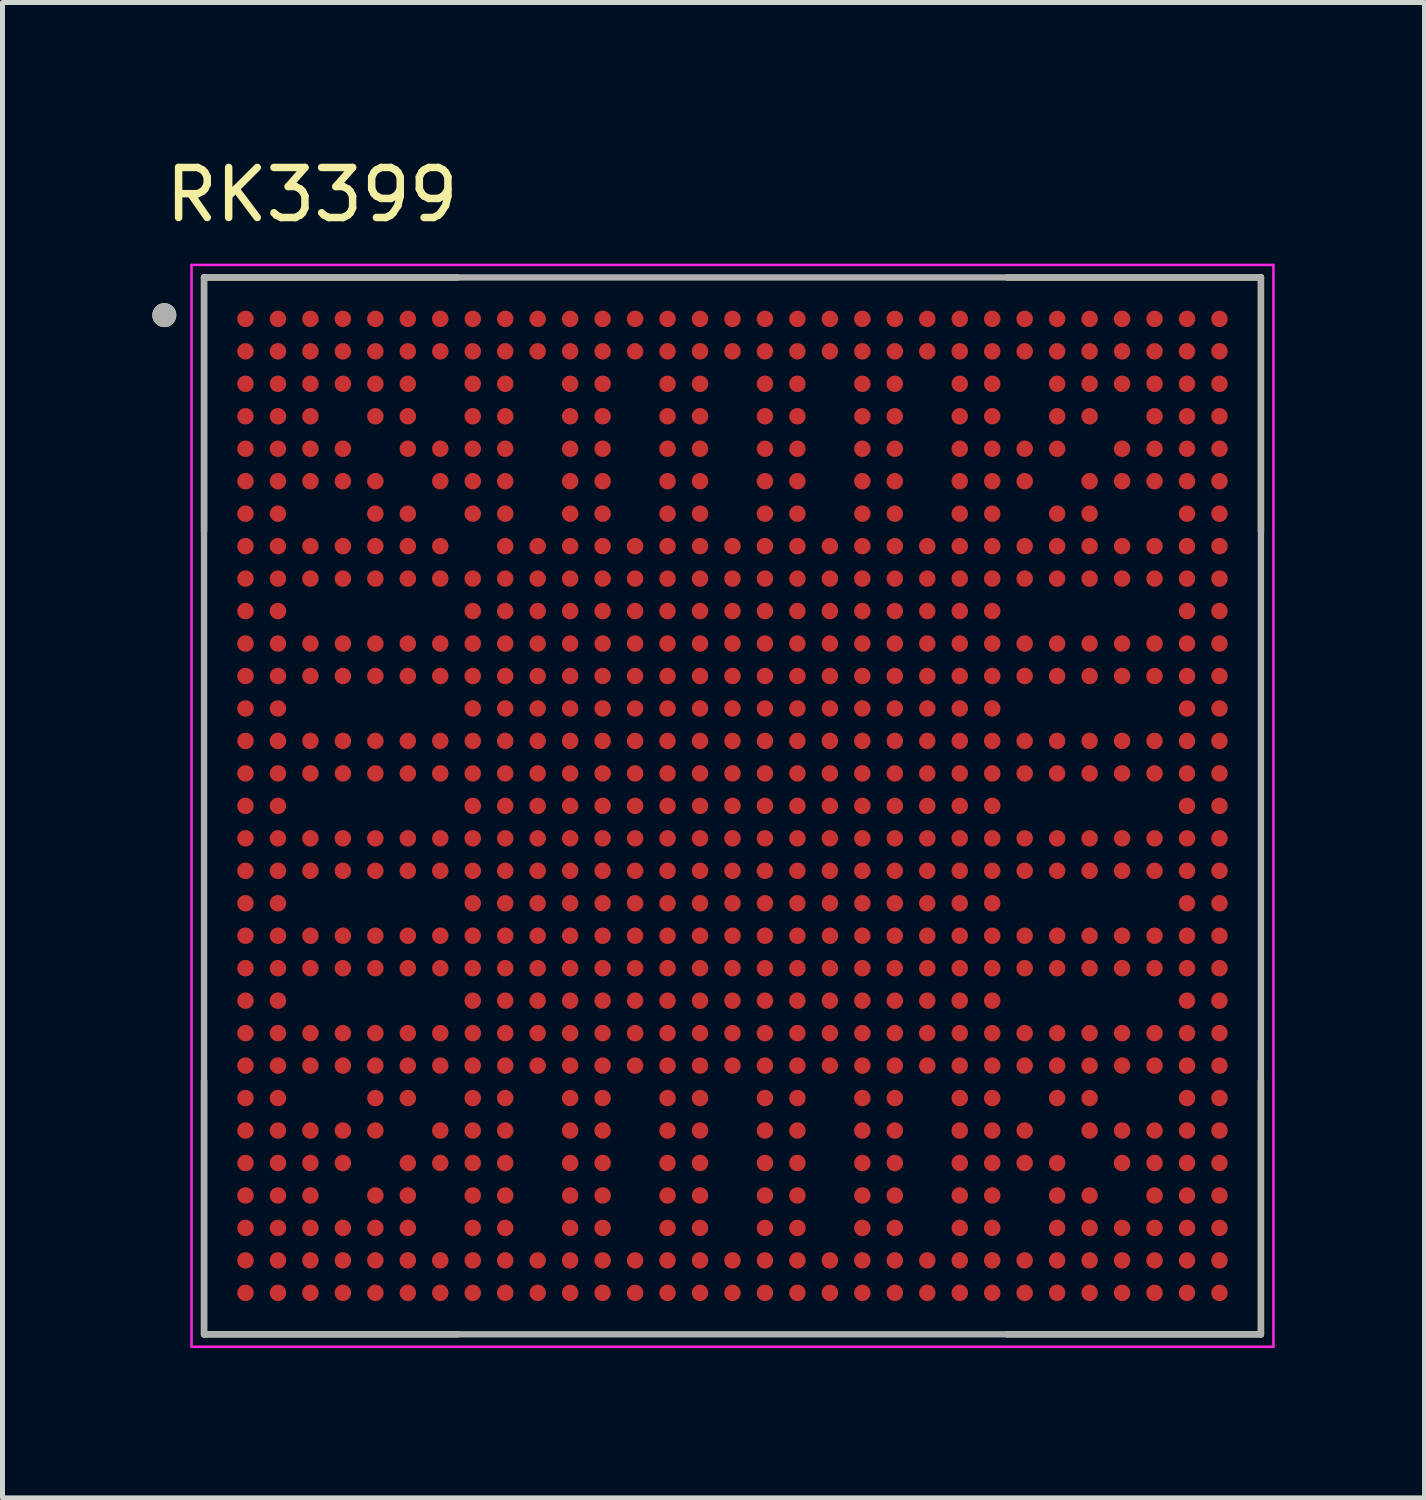
<source format=kicad_pcb>
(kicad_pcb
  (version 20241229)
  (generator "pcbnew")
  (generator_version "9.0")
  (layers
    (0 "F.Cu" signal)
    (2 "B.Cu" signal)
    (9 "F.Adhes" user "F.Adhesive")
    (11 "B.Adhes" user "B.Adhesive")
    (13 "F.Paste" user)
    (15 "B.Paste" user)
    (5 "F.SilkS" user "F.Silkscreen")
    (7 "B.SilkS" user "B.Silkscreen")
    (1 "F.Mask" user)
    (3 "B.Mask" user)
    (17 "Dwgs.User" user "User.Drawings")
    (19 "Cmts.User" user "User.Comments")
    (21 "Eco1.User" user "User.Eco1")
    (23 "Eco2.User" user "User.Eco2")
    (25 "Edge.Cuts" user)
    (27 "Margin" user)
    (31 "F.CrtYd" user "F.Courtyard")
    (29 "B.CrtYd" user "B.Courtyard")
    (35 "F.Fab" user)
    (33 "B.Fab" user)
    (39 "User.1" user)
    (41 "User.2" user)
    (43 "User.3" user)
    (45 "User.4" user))
  (footprint "RK3399"
    (layer "F.Cu")
    (at 11.615 13.084)
    (property "Reference" "RK3399" (at -8.417 -12.235 0) (layer "F.SilkS") (effects (font (size 1.002 1.002) (thickness 0.15))))
    (attr smd)
    (fp_line (start -10.58 -5.5) (end -10.58 -10.58) (stroke (width 0.127) (type solid)) (layer "F.SilkS"))
    (fp_line (start -10.58 5.5) (end -10.58 10.58) (stroke (width 0.127) (type solid)) (layer "F.SilkS"))
    (fp_line (start -5.5 -10.58) (end -10.58 -10.58) (stroke (width 0.127) (type solid)) (layer "F.SilkS"))
    (fp_line (start -5.5 10.58) (end -10.58 10.58) (stroke (width 0.127) (type solid)) (layer "F.SilkS"))
    (fp_line (start 5.5 -10.58) (end 10.58 -10.58) (stroke (width 0.127) (type solid)) (layer "F.SilkS"))
    (fp_line (start 5.5 10.58) (end 10.58 10.58) (stroke (width 0.127) (type solid)) (layer "F.SilkS"))
    (fp_line (start 10.58 -5.5) (end 10.58 -10.58) (stroke (width 0.127) (type solid)) (layer "F.SilkS"))
    (fp_line (start 10.58 5.5) (end 10.58 10.58) (stroke (width 0.127) (type solid)) (layer "F.SilkS"))
    (fp_circle (center -11.375 -9.825) (end -11.255 -9.825) (stroke (width 0.24) (type solid)) (fill no) (layer "F.SilkS"))
    (fp_line (start -10.83 -10.83) (end 10.83 -10.83) (stroke (width 0.05) (type solid)) (layer "F.CrtYd"))
    (fp_line (start -10.83 10.83) (end -10.83 -10.83) (stroke (width 0.05) (type solid)) (layer "F.CrtYd"))
    (fp_line (start -10.83 10.83) (end 10.83 10.83) (stroke (width 0.05) (type solid)) (layer "F.CrtYd"))
    (fp_line (start 10.83 10.83) (end 10.83 -10.83) (stroke (width 0.05) (type solid)) (layer "F.CrtYd"))
    (fp_line (start -10.58 10.58) (end -10.58 -10.58) (stroke (width 0.127) (type solid)) (layer "F.Fab"))
    (fp_line (start 10.58 -10.58) (end -10.58 -10.58) (stroke (width 0.127) (type solid)) (layer "F.Fab"))
    (fp_line (start 10.58 10.58) (end -10.58 10.58) (stroke (width 0.127) (type solid)) (layer "F.Fab"))
    (fp_line (start 10.58 10.58) (end 10.58 -10.58) (stroke (width 0.127) (type solid)) (layer "F.Fab"))
    (fp_circle (center -11.375 -9.825) (end -11.255 -9.825) (stroke (width 0.24) (type solid)) (fill no) (layer "F.Fab"))
    (pad "A1" smd circle (at -9.75 -9.75) (size 0.33 0.33) (layers "F.Cu" "F.Mask" "F.Paste"))
    (pad "A2" smd circle (at -9.1 -9.75) (size 0.33 0.33) (layers "F.Cu" "F.Mask" "F.Paste"))
    (pad "A3" smd circle (at -8.45 -9.75) (size 0.33 0.33) (layers "F.Cu" "F.Mask" "F.Paste"))
    (pad "A4" smd circle (at -7.8 -9.75) (size 0.33 0.33) (layers "F.Cu" "F.Mask" "F.Paste"))
    (pad "A5" smd circle (at -7.15 -9.75) (size 0.33 0.33) (layers "F.Cu" "F.Mask" "F.Paste"))
    (pad "A6" smd circle (at -6.5 -9.75) (size 0.33 0.33) (layers "F.Cu" "F.Mask" "F.Paste"))
    (pad "A7" smd circle (at -5.85 -9.75) (size 0.33 0.33) (layers "F.Cu" "F.Mask" "F.Paste"))
    (pad "A8" smd circle (at -5.2 -9.75) (size 0.33 0.33) (layers "F.Cu" "F.Mask" "F.Paste"))
    (pad "A9" smd circle (at -4.55 -9.75) (size 0.33 0.33) (layers "F.Cu" "F.Mask" "F.Paste"))
    (pad "A10" smd circle (at -3.9 -9.75) (size 0.33 0.33) (layers "F.Cu" "F.Mask" "F.Paste"))
    (pad "A11" smd circle (at -3.25 -9.75) (size 0.33 0.33) (layers "F.Cu" "F.Mask" "F.Paste"))
    (pad "A12" smd circle (at -2.6 -9.75) (size 0.33 0.33) (layers "F.Cu" "F.Mask" "F.Paste"))
    (pad "A13" smd circle (at -1.95 -9.75) (size 0.33 0.33) (layers "F.Cu" "F.Mask" "F.Paste"))
    (pad "A14" smd circle (at -1.3 -9.75) (size 0.33 0.33) (layers "F.Cu" "F.Mask" "F.Paste"))
    (pad "A15" smd circle (at -0.65 -9.75) (size 0.33 0.33) (layers "F.Cu" "F.Mask" "F.Paste"))
    (pad "A16" smd circle (at 0 -9.75) (size 0.33 0.33) (layers "F.Cu" "F.Mask" "F.Paste"))
    (pad "A17" smd circle (at 0.65 -9.75) (size 0.33 0.33) (layers "F.Cu" "F.Mask" "F.Paste"))
    (pad "A18" smd circle (at 1.3 -9.75) (size 0.33 0.33) (layers "F.Cu" "F.Mask" "F.Paste"))
    (pad "A19" smd circle (at 1.95 -9.75) (size 0.33 0.33) (layers "F.Cu" "F.Mask" "F.Paste"))
    (pad "A20" smd circle (at 2.6 -9.75) (size 0.33 0.33) (layers "F.Cu" "F.Mask" "F.Paste"))
    (pad "A21" smd circle (at 3.25 -9.75) (size 0.33 0.33) (layers "F.Cu" "F.Mask" "F.Paste"))
    (pad "A22" smd circle (at 3.9 -9.75) (size 0.33 0.33) (layers "F.Cu" "F.Mask" "F.Paste"))
    (pad "A23" smd circle (at 4.55 -9.75) (size 0.33 0.33) (layers "F.Cu" "F.Mask" "F.Paste"))
    (pad "A24" smd circle (at 5.2 -9.75) (size 0.33 0.33) (layers "F.Cu" "F.Mask" "F.Paste"))
    (pad "A25" smd circle (at 5.85 -9.75) (size 0.33 0.33) (layers "F.Cu" "F.Mask" "F.Paste"))
    (pad "A26" smd circle (at 6.5 -9.75) (size 0.33 0.33) (layers "F.Cu" "F.Mask" "F.Paste"))
    (pad "A27" smd circle (at 7.15 -9.75) (size 0.33 0.33) (layers "F.Cu" "F.Mask" "F.Paste"))
    (pad "A28" smd circle (at 7.8 -9.75) (size 0.33 0.33) (layers "F.Cu" "F.Mask" "F.Paste"))
    (pad "A29" smd circle (at 8.45 -9.75) (size 0.33 0.33) (layers "F.Cu" "F.Mask" "F.Paste"))
    (pad "A30" smd circle (at 9.1 -9.75) (size 0.33 0.33) (layers "F.Cu" "F.Mask" "F.Paste"))
    (pad "A31" smd circle (at 9.75 -9.75) (size 0.33 0.33) (layers "F.Cu" "F.Mask" "F.Paste"))
    (pad "AA1" smd circle (at -9.75 3.25) (size 0.33 0.33) (layers "F.Cu" "F.Mask" "F.Paste"))
    (pad "AA2" smd circle (at -9.1 3.25) (size 0.33 0.33) (layers "F.Cu" "F.Mask" "F.Paste"))
    (pad "AA3" smd circle (at -8.45 3.25) (size 0.33 0.33) (layers "F.Cu" "F.Mask" "F.Paste"))
    (pad "AA4" smd circle (at -7.8 3.25) (size 0.33 0.33) (layers "F.Cu" "F.Mask" "F.Paste"))
    (pad "AA5" smd circle (at -7.15 3.25) (size 0.33 0.33) (layers "F.Cu" "F.Mask" "F.Paste"))
    (pad "AA6" smd circle (at -6.5 3.25) (size 0.33 0.33) (layers "F.Cu" "F.Mask" "F.Paste"))
    (pad "AA7" smd circle (at -5.85 3.25) (size 0.33 0.33) (layers "F.Cu" "F.Mask" "F.Paste"))
    (pad "AA8" smd circle (at -5.2 3.25) (size 0.33 0.33) (layers "F.Cu" "F.Mask" "F.Paste"))
    (pad "AA9" smd circle (at -4.55 3.25) (size 0.33 0.33) (layers "F.Cu" "F.Mask" "F.Paste"))
    (pad "AA10" smd circle (at -3.9 3.25) (size 0.33 0.33) (layers "F.Cu" "F.Mask" "F.Paste"))
    (pad "AA11" smd circle (at -3.25 3.25) (size 0.33 0.33) (layers "F.Cu" "F.Mask" "F.Paste"))
    (pad "AA12" smd circle (at -2.6 3.25) (size 0.33 0.33) (layers "F.Cu" "F.Mask" "F.Paste"))
    (pad "AA13" smd circle (at -1.95 3.25) (size 0.33 0.33) (layers "F.Cu" "F.Mask" "F.Paste"))
    (pad "AA14" smd circle (at -1.3 3.25) (size 0.33 0.33) (layers "F.Cu" "F.Mask" "F.Paste"))
    (pad "AA15" smd circle (at -0.65 3.25) (size 0.33 0.33) (layers "F.Cu" "F.Mask" "F.Paste"))
    (pad "AA16" smd circle (at 0 3.25) (size 0.33 0.33) (layers "F.Cu" "F.Mask" "F.Paste"))
    (pad "AA17" smd circle (at 0.65 3.25) (size 0.33 0.33) (layers "F.Cu" "F.Mask" "F.Paste"))
    (pad "AA18" smd circle (at 1.3 3.25) (size 0.33 0.33) (layers "F.Cu" "F.Mask" "F.Paste"))
    (pad "AA19" smd circle (at 1.95 3.25) (size 0.33 0.33) (layers "F.Cu" "F.Mask" "F.Paste"))
    (pad "AA20" smd circle (at 2.6 3.25) (size 0.33 0.33) (layers "F.Cu" "F.Mask" "F.Paste"))
    (pad "AA21" smd circle (at 3.25 3.25) (size 0.33 0.33) (layers "F.Cu" "F.Mask" "F.Paste"))
    (pad "AA22" smd circle (at 3.9 3.25) (size 0.33 0.33) (layers "F.Cu" "F.Mask" "F.Paste"))
    (pad "AA23" smd circle (at 4.55 3.25) (size 0.33 0.33) (layers "F.Cu" "F.Mask" "F.Paste"))
    (pad "AA24" smd circle (at 5.2 3.25) (size 0.33 0.33) (layers "F.Cu" "F.Mask" "F.Paste"))
    (pad "AA25" smd circle (at 5.85 3.25) (size 0.33 0.33) (layers "F.Cu" "F.Mask" "F.Paste"))
    (pad "AA26" smd circle (at 6.5 3.25) (size 0.33 0.33) (layers "F.Cu" "F.Mask" "F.Paste"))
    (pad "AA27" smd circle (at 7.15 3.25) (size 0.33 0.33) (layers "F.Cu" "F.Mask" "F.Paste"))
    (pad "AA28" smd circle (at 7.8 3.25) (size 0.33 0.33) (layers "F.Cu" "F.Mask" "F.Paste"))
    (pad "AA29" smd circle (at 8.45 3.25) (size 0.33 0.33) (layers "F.Cu" "F.Mask" "F.Paste"))
    (pad "AA30" smd circle (at 9.1 3.25) (size 0.33 0.33) (layers "F.Cu" "F.Mask" "F.Paste"))
    (pad "AA31" smd circle (at 9.75 3.25) (size 0.33 0.33) (layers "F.Cu" "F.Mask" "F.Paste"))
    (pad "AB1" smd circle (at -9.75 3.9) (size 0.33 0.33) (layers "F.Cu" "F.Mask" "F.Paste"))
    (pad "AB2" smd circle (at -9.1 3.9) (size 0.33 0.33) (layers "F.Cu" "F.Mask" "F.Paste"))
    (pad "AB8" smd circle (at -5.2 3.9) (size 0.33 0.33) (layers "F.Cu" "F.Mask" "F.Paste"))
    (pad "AB9" smd circle (at -4.55 3.9) (size 0.33 0.33) (layers "F.Cu" "F.Mask" "F.Paste"))
    (pad "AB10" smd circle (at -3.9 3.9) (size 0.33 0.33) (layers "F.Cu" "F.Mask" "F.Paste"))
    (pad "AB11" smd circle (at -3.25 3.9) (size 0.33 0.33) (layers "F.Cu" "F.Mask" "F.Paste"))
    (pad "AB12" smd circle (at -2.6 3.9) (size 0.33 0.33) (layers "F.Cu" "F.Mask" "F.Paste"))
    (pad "AB13" smd circle (at -1.95 3.9) (size 0.33 0.33) (layers "F.Cu" "F.Mask" "F.Paste"))
    (pad "AB14" smd circle (at -1.3 3.9) (size 0.33 0.33) (layers "F.Cu" "F.Mask" "F.Paste"))
    (pad "AB15" smd circle (at -0.65 3.9) (size 0.33 0.33) (layers "F.Cu" "F.Mask" "F.Paste"))
    (pad "AB16" smd circle (at 0 3.9) (size 0.33 0.33) (layers "F.Cu" "F.Mask" "F.Paste"))
    (pad "AB17" smd circle (at 0.65 3.9) (size 0.33 0.33) (layers "F.Cu" "F.Mask" "F.Paste"))
    (pad "AB18" smd circle (at 1.3 3.9) (size 0.33 0.33) (layers "F.Cu" "F.Mask" "F.Paste"))
    (pad "AB19" smd circle (at 1.95 3.9) (size 0.33 0.33) (layers "F.Cu" "F.Mask" "F.Paste"))
    (pad "AB20" smd circle (at 2.6 3.9) (size 0.33 0.33) (layers "F.Cu" "F.Mask" "F.Paste"))
    (pad "AB21" smd circle (at 3.25 3.9) (size 0.33 0.33) (layers "F.Cu" "F.Mask" "F.Paste"))
    (pad "AB22" smd circle (at 3.9 3.9) (size 0.33 0.33) (layers "F.Cu" "F.Mask" "F.Paste"))
    (pad "AB23" smd circle (at 4.55 3.9) (size 0.33 0.33) (layers "F.Cu" "F.Mask" "F.Paste"))
    (pad "AB24" smd circle (at 5.2 3.9) (size 0.33 0.33) (layers "F.Cu" "F.Mask" "F.Paste"))
    (pad "AB30" smd circle (at 9.1 3.9) (size 0.33 0.33) (layers "F.Cu" "F.Mask" "F.Paste"))
    (pad "AB31" smd circle (at 9.75 3.9) (size 0.33 0.33) (layers "F.Cu" "F.Mask" "F.Paste"))
    (pad "AC1" smd circle (at -9.75 4.55) (size 0.33 0.33) (layers "F.Cu" "F.Mask" "F.Paste"))
    (pad "AC2" smd circle (at -9.1 4.55) (size 0.33 0.33) (layers "F.Cu" "F.Mask" "F.Paste"))
    (pad "AC3" smd circle (at -8.45 4.55) (size 0.33 0.33) (layers "F.Cu" "F.Mask" "F.Paste"))
    (pad "AC4" smd circle (at -7.8 4.55) (size 0.33 0.33) (layers "F.Cu" "F.Mask" "F.Paste"))
    (pad "AC5" smd circle (at -7.15 4.55) (size 0.33 0.33) (layers "F.Cu" "F.Mask" "F.Paste"))
    (pad "AC6" smd circle (at -6.5 4.55) (size 0.33 0.33) (layers "F.Cu" "F.Mask" "F.Paste"))
    (pad "AC7" smd circle (at -5.85 4.55) (size 0.33 0.33) (layers "F.Cu" "F.Mask" "F.Paste"))
    (pad "AC8" smd circle (at -5.2 4.55) (size 0.33 0.33) (layers "F.Cu" "F.Mask" "F.Paste"))
    (pad "AC9" smd circle (at -4.55 4.55) (size 0.33 0.33) (layers "F.Cu" "F.Mask" "F.Paste"))
    (pad "AC10" smd circle (at -3.9 4.55) (size 0.33 0.33) (layers "F.Cu" "F.Mask" "F.Paste"))
    (pad "AC11" smd circle (at -3.25 4.55) (size 0.33 0.33) (layers "F.Cu" "F.Mask" "F.Paste"))
    (pad "AC12" smd circle (at -2.6 4.55) (size 0.33 0.33) (layers "F.Cu" "F.Mask" "F.Paste"))
    (pad "AC13" smd circle (at -1.95 4.55) (size 0.33 0.33) (layers "F.Cu" "F.Mask" "F.Paste"))
    (pad "AC14" smd circle (at -1.3 4.55) (size 0.33 0.33) (layers "F.Cu" "F.Mask" "F.Paste"))
    (pad "AC15" smd circle (at -0.65 4.55) (size 0.33 0.33) (layers "F.Cu" "F.Mask" "F.Paste"))
    (pad "AC16" smd circle (at 0 4.55) (size 0.33 0.33) (layers "F.Cu" "F.Mask" "F.Paste"))
    (pad "AC17" smd circle (at 0.65 4.55) (size 0.33 0.33) (layers "F.Cu" "F.Mask" "F.Paste"))
    (pad "AC18" smd circle (at 1.3 4.55) (size 0.33 0.33) (layers "F.Cu" "F.Mask" "F.Paste"))
    (pad "AC19" smd circle (at 1.95 4.55) (size 0.33 0.33) (layers "F.Cu" "F.Mask" "F.Paste"))
    (pad "AC20" smd circle (at 2.6 4.55) (size 0.33 0.33) (layers "F.Cu" "F.Mask" "F.Paste"))
    (pad "AC21" smd circle (at 3.25 4.55) (size 0.33 0.33) (layers "F.Cu" "F.Mask" "F.Paste"))
    (pad "AC22" smd circle (at 3.9 4.55) (size 0.33 0.33) (layers "F.Cu" "F.Mask" "F.Paste"))
    (pad "AC23" smd circle (at 4.55 4.55) (size 0.33 0.33) (layers "F.Cu" "F.Mask" "F.Paste"))
    (pad "AC24" smd circle (at 5.2 4.55) (size 0.33 0.33) (layers "F.Cu" "F.Mask" "F.Paste"))
    (pad "AC25" smd circle (at 5.85 4.55) (size 0.33 0.33) (layers "F.Cu" "F.Mask" "F.Paste"))
    (pad "AC26" smd circle (at 6.5 4.55) (size 0.33 0.33) (layers "F.Cu" "F.Mask" "F.Paste"))
    (pad "AC27" smd circle (at 7.15 4.55) (size 0.33 0.33) (layers "F.Cu" "F.Mask" "F.Paste"))
    (pad "AC28" smd circle (at 7.8 4.55) (size 0.33 0.33) (layers "F.Cu" "F.Mask" "F.Paste"))
    (pad "AC29" smd circle (at 8.45 4.55) (size 0.33 0.33) (layers "F.Cu" "F.Mask" "F.Paste"))
    (pad "AC30" smd circle (at 9.1 4.55) (size 0.33 0.33) (layers "F.Cu" "F.Mask" "F.Paste"))
    (pad "AC31" smd circle (at 9.75 4.55) (size 0.33 0.33) (layers "F.Cu" "F.Mask" "F.Paste"))
    (pad "AD1" smd circle (at -9.75 5.2) (size 0.33 0.33) (layers "F.Cu" "F.Mask" "F.Paste"))
    (pad "AD2" smd circle (at -9.1 5.2) (size 0.33 0.33) (layers "F.Cu" "F.Mask" "F.Paste"))
    (pad "AD3" smd circle (at -8.45 5.2) (size 0.33 0.33) (layers "F.Cu" "F.Mask" "F.Paste"))
    (pad "AD4" smd circle (at -7.8 5.2) (size 0.33 0.33) (layers "F.Cu" "F.Mask" "F.Paste"))
    (pad "AD5" smd circle (at -7.15 5.2) (size 0.33 0.33) (layers "F.Cu" "F.Mask" "F.Paste"))
    (pad "AD6" smd circle (at -6.5 5.2) (size 0.33 0.33) (layers "F.Cu" "F.Mask" "F.Paste"))
    (pad "AD7" smd circle (at -5.85 5.2) (size 0.33 0.33) (layers "F.Cu" "F.Mask" "F.Paste"))
    (pad "AD8" smd circle (at -5.2 5.2) (size 0.33 0.33) (layers "F.Cu" "F.Mask" "F.Paste"))
    (pad "AD9" smd circle (at -4.55 5.2) (size 0.33 0.33) (layers "F.Cu" "F.Mask" "F.Paste"))
    (pad "AD10" smd circle (at -3.9 5.2) (size 0.33 0.33) (layers "F.Cu" "F.Mask" "F.Paste"))
    (pad "AD11" smd circle (at -3.25 5.2) (size 0.33 0.33) (layers "F.Cu" "F.Mask" "F.Paste"))
    (pad "AD12" smd circle (at -2.6 5.2) (size 0.33 0.33) (layers "F.Cu" "F.Mask" "F.Paste"))
    (pad "AD13" smd circle (at -1.95 5.2) (size 0.33 0.33) (layers "F.Cu" "F.Mask" "F.Paste"))
    (pad "AD14" smd circle (at -1.3 5.2) (size 0.33 0.33) (layers "F.Cu" "F.Mask" "F.Paste"))
    (pad "AD15" smd circle (at -0.65 5.2) (size 0.33 0.33) (layers "F.Cu" "F.Mask" "F.Paste"))
    (pad "AD16" smd circle (at 0 5.2) (size 0.33 0.33) (layers "F.Cu" "F.Mask" "F.Paste"))
    (pad "AD17" smd circle (at 0.65 5.2) (size 0.33 0.33) (layers "F.Cu" "F.Mask" "F.Paste"))
    (pad "AD18" smd circle (at 1.3 5.2) (size 0.33 0.33) (layers "F.Cu" "F.Mask" "F.Paste"))
    (pad "AD19" smd circle (at 1.95 5.2) (size 0.33 0.33) (layers "F.Cu" "F.Mask" "F.Paste"))
    (pad "AD20" smd circle (at 2.6 5.2) (size 0.33 0.33) (layers "F.Cu" "F.Mask" "F.Paste"))
    (pad "AD21" smd circle (at 3.25 5.2) (size 0.33 0.33) (layers "F.Cu" "F.Mask" "F.Paste"))
    (pad "AD22" smd circle (at 3.9 5.2) (size 0.33 0.33) (layers "F.Cu" "F.Mask" "F.Paste"))
    (pad "AD23" smd circle (at 4.55 5.2) (size 0.33 0.33) (layers "F.Cu" "F.Mask" "F.Paste"))
    (pad "AD24" smd circle (at 5.2 5.2) (size 0.33 0.33) (layers "F.Cu" "F.Mask" "F.Paste"))
    (pad "AD25" smd circle (at 5.85 5.2) (size 0.33 0.33) (layers "F.Cu" "F.Mask" "F.Paste"))
    (pad "AD26" smd circle (at 6.5 5.2) (size 0.33 0.33) (layers "F.Cu" "F.Mask" "F.Paste"))
    (pad "AD27" smd circle (at 7.15 5.2) (size 0.33 0.33) (layers "F.Cu" "F.Mask" "F.Paste"))
    (pad "AD28" smd circle (at 7.8 5.2) (size 0.33 0.33) (layers "F.Cu" "F.Mask" "F.Paste"))
    (pad "AD29" smd circle (at 8.45 5.2) (size 0.33 0.33) (layers "F.Cu" "F.Mask" "F.Paste"))
    (pad "AD30" smd circle (at 9.1 5.2) (size 0.33 0.33) (layers "F.Cu" "F.Mask" "F.Paste"))
    (pad "AD31" smd circle (at 9.75 5.2) (size 0.33 0.33) (layers "F.Cu" "F.Mask" "F.Paste"))
    (pad "AE1" smd circle (at -9.75 5.85) (size 0.33 0.33) (layers "F.Cu" "F.Mask" "F.Paste"))
    (pad "AE2" smd circle (at -9.1 5.85) (size 0.33 0.33) (layers "F.Cu" "F.Mask" "F.Paste"))
    (pad "AE5" smd circle (at -7.15 5.85) (size 0.33 0.33) (layers "F.Cu" "F.Mask" "F.Paste"))
    (pad "AE6" smd circle (at -6.5 5.85) (size 0.33 0.33) (layers "F.Cu" "F.Mask" "F.Paste"))
    (pad "AE8" smd circle (at -5.2 5.85) (size 0.33 0.33) (layers "F.Cu" "F.Mask" "F.Paste"))
    (pad "AE9" smd circle (at -4.55 5.85) (size 0.33 0.33) (layers "F.Cu" "F.Mask" "F.Paste"))
    (pad "AE11" smd circle (at -3.25 5.85) (size 0.33 0.33) (layers "F.Cu" "F.Mask" "F.Paste"))
    (pad "AE12" smd circle (at -2.6 5.85) (size 0.33 0.33) (layers "F.Cu" "F.Mask" "F.Paste"))
    (pad "AE14" smd circle (at -1.3 5.85) (size 0.33 0.33) (layers "F.Cu" "F.Mask" "F.Paste"))
    (pad "AE15" smd circle (at -0.65 5.85) (size 0.33 0.33) (layers "F.Cu" "F.Mask" "F.Paste"))
    (pad "AE17" smd circle (at 0.65 5.85) (size 0.33 0.33) (layers "F.Cu" "F.Mask" "F.Paste"))
    (pad "AE18" smd circle (at 1.3 5.85) (size 0.33 0.33) (layers "F.Cu" "F.Mask" "F.Paste"))
    (pad "AE20" smd circle (at 2.6 5.85) (size 0.33 0.33) (layers "F.Cu" "F.Mask" "F.Paste"))
    (pad "AE21" smd circle (at 3.25 5.85) (size 0.33 0.33) (layers "F.Cu" "F.Mask" "F.Paste"))
    (pad "AE23" smd circle (at 4.55 5.85) (size 0.33 0.33) (layers "F.Cu" "F.Mask" "F.Paste"))
    (pad "AE24" smd circle (at 5.2 5.85) (size 0.33 0.33) (layers "F.Cu" "F.Mask" "F.Paste"))
    (pad "AE26" smd circle (at 6.5 5.85) (size 0.33 0.33) (layers "F.Cu" "F.Mask" "F.Paste"))
    (pad "AE27" smd circle (at 7.15 5.85) (size 0.33 0.33) (layers "F.Cu" "F.Mask" "F.Paste"))
    (pad "AE30" smd circle (at 9.1 5.85) (size 0.33 0.33) (layers "F.Cu" "F.Mask" "F.Paste"))
    (pad "AE31" smd circle (at 9.75 5.85) (size 0.33 0.33) (layers "F.Cu" "F.Mask" "F.Paste"))
    (pad "AF1" smd circle (at -9.75 6.5) (size 0.33 0.33) (layers "F.Cu" "F.Mask" "F.Paste"))
    (pad "AF2" smd circle (at -9.1 6.5) (size 0.33 0.33) (layers "F.Cu" "F.Mask" "F.Paste"))
    (pad "AF3" smd circle (at -8.45 6.5) (size 0.33 0.33) (layers "F.Cu" "F.Mask" "F.Paste"))
    (pad "AF4" smd circle (at -7.8 6.5) (size 0.33 0.33) (layers "F.Cu" "F.Mask" "F.Paste"))
    (pad "AF5" smd circle (at -7.15 6.5) (size 0.33 0.33) (layers "F.Cu" "F.Mask" "F.Paste"))
    (pad "AF7" smd circle (at -5.85 6.5) (size 0.33 0.33) (layers "F.Cu" "F.Mask" "F.Paste"))
    (pad "AF8" smd circle (at -5.2 6.5) (size 0.33 0.33) (layers "F.Cu" "F.Mask" "F.Paste"))
    (pad "AF9" smd circle (at -4.55 6.5) (size 0.33 0.33) (layers "F.Cu" "F.Mask" "F.Paste"))
    (pad "AF11" smd circle (at -3.25 6.5) (size 0.33 0.33) (layers "F.Cu" "F.Mask" "F.Paste"))
    (pad "AF12" smd circle (at -2.6 6.5) (size 0.33 0.33) (layers "F.Cu" "F.Mask" "F.Paste"))
    (pad "AF14" smd circle (at -1.3 6.5) (size 0.33 0.33) (layers "F.Cu" "F.Mask" "F.Paste"))
    (pad "AF15" smd circle (at -0.65 6.5) (size 0.33 0.33) (layers "F.Cu" "F.Mask" "F.Paste"))
    (pad "AF17" smd circle (at 0.65 6.5) (size 0.33 0.33) (layers "F.Cu" "F.Mask" "F.Paste"))
    (pad "AF18" smd circle (at 1.3 6.5) (size 0.33 0.33) (layers "F.Cu" "F.Mask" "F.Paste"))
    (pad "AF20" smd circle (at 2.6 6.5) (size 0.33 0.33) (layers "F.Cu" "F.Mask" "F.Paste"))
    (pad "AF21" smd circle (at 3.25 6.5) (size 0.33 0.33) (layers "F.Cu" "F.Mask" "F.Paste"))
    (pad "AF23" smd circle (at 4.55 6.5) (size 0.33 0.33) (layers "F.Cu" "F.Mask" "F.Paste"))
    (pad "AF24" smd circle (at 5.2 6.5) (size 0.33 0.33) (layers "F.Cu" "F.Mask" "F.Paste"))
    (pad "AF25" smd circle (at 5.85 6.5) (size 0.33 0.33) (layers "F.Cu" "F.Mask" "F.Paste"))
    (pad "AF27" smd circle (at 7.15 6.5) (size 0.33 0.33) (layers "F.Cu" "F.Mask" "F.Paste"))
    (pad "AF28" smd circle (at 7.8 6.5) (size 0.33 0.33) (layers "F.Cu" "F.Mask" "F.Paste"))
    (pad "AF29" smd circle (at 8.45 6.5) (size 0.33 0.33) (layers "F.Cu" "F.Mask" "F.Paste"))
    (pad "AF30" smd circle (at 9.1 6.5) (size 0.33 0.33) (layers "F.Cu" "F.Mask" "F.Paste"))
    (pad "AF31" smd circle (at 9.75 6.5) (size 0.33 0.33) (layers "F.Cu" "F.Mask" "F.Paste"))
    (pad "AG1" smd circle (at -9.75 7.15) (size 0.33 0.33) (layers "F.Cu" "F.Mask" "F.Paste"))
    (pad "AG2" smd circle (at -9.1 7.15) (size 0.33 0.33) (layers "F.Cu" "F.Mask" "F.Paste"))
    (pad "AG3" smd circle (at -8.45 7.15) (size 0.33 0.33) (layers "F.Cu" "F.Mask" "F.Paste"))
    (pad "AG4" smd circle (at -7.8 7.15) (size 0.33 0.33) (layers "F.Cu" "F.Mask" "F.Paste"))
    (pad "AG6" smd circle (at -6.5 7.15) (size 0.33 0.33) (layers "F.Cu" "F.Mask" "F.Paste"))
    (pad "AG7" smd circle (at -5.85 7.15) (size 0.33 0.33) (layers "F.Cu" "F.Mask" "F.Paste"))
    (pad "AG8" smd circle (at -5.2 7.15) (size 0.33 0.33) (layers "F.Cu" "F.Mask" "F.Paste"))
    (pad "AG9" smd circle (at -4.55 7.15) (size 0.33 0.33) (layers "F.Cu" "F.Mask" "F.Paste"))
    (pad "AG11" smd circle (at -3.25 7.15) (size 0.33 0.33) (layers "F.Cu" "F.Mask" "F.Paste"))
    (pad "AG12" smd circle (at -2.6 7.15) (size 0.33 0.33) (layers "F.Cu" "F.Mask" "F.Paste"))
    (pad "AG14" smd circle (at -1.3 7.15) (size 0.33 0.33) (layers "F.Cu" "F.Mask" "F.Paste"))
    (pad "AG15" smd circle (at -0.65 7.15) (size 0.33 0.33) (layers "F.Cu" "F.Mask" "F.Paste"))
    (pad "AG17" smd circle (at 0.65 7.15) (size 0.33 0.33) (layers "F.Cu" "F.Mask" "F.Paste"))
    (pad "AG18" smd circle (at 1.3 7.15) (size 0.33 0.33) (layers "F.Cu" "F.Mask" "F.Paste"))
    (pad "AG20" smd circle (at 2.6 7.15) (size 0.33 0.33) (layers "F.Cu" "F.Mask" "F.Paste"))
    (pad "AG21" smd circle (at 3.25 7.15) (size 0.33 0.33) (layers "F.Cu" "F.Mask" "F.Paste"))
    (pad "AG23" smd circle (at 4.55 7.15) (size 0.33 0.33) (layers "F.Cu" "F.Mask" "F.Paste"))
    (pad "AG24" smd circle (at 5.2 7.15) (size 0.33 0.33) (layers "F.Cu" "F.Mask" "F.Paste"))
    (pad "AG25" smd circle (at 5.85 7.15) (size 0.33 0.33) (layers "F.Cu" "F.Mask" "F.Paste"))
    (pad "AG26" smd circle (at 6.5 7.15) (size 0.33 0.33) (layers "F.Cu" "F.Mask" "F.Paste"))
    (pad "AG28" smd circle (at 7.8 7.15) (size 0.33 0.33) (layers "F.Cu" "F.Mask" "F.Paste"))
    (pad "AG29" smd circle (at 8.45 7.15) (size 0.33 0.33) (layers "F.Cu" "F.Mask" "F.Paste"))
    (pad "AG30" smd circle (at 9.1 7.15) (size 0.33 0.33) (layers "F.Cu" "F.Mask" "F.Paste"))
    (pad "AG31" smd circle (at 9.75 7.15) (size 0.33 0.33) (layers "F.Cu" "F.Mask" "F.Paste"))
    (pad "AH1" smd circle (at -9.75 7.8) (size 0.33 0.33) (layers "F.Cu" "F.Mask" "F.Paste"))
    (pad "AH2" smd circle (at -9.1 7.8) (size 0.33 0.33) (layers "F.Cu" "F.Mask" "F.Paste"))
    (pad "AH3" smd circle (at -8.45 7.8) (size 0.33 0.33) (layers "F.Cu" "F.Mask" "F.Paste"))
    (pad "AH5" smd circle (at -7.15 7.8) (size 0.33 0.33) (layers "F.Cu" "F.Mask" "F.Paste"))
    (pad "AH6" smd circle (at -6.5 7.8) (size 0.33 0.33) (layers "F.Cu" "F.Mask" "F.Paste"))
    (pad "AH8" smd circle (at -5.2 7.8) (size 0.33 0.33) (layers "F.Cu" "F.Mask" "F.Paste"))
    (pad "AH9" smd circle (at -4.55 7.8) (size 0.33 0.33) (layers "F.Cu" "F.Mask" "F.Paste"))
    (pad "AH11" smd circle (at -3.25 7.8) (size 0.33 0.33) (layers "F.Cu" "F.Mask" "F.Paste"))
    (pad "AH12" smd circle (at -2.6 7.8) (size 0.33 0.33) (layers "F.Cu" "F.Mask" "F.Paste"))
    (pad "AH14" smd circle (at -1.3 7.8) (size 0.33 0.33) (layers "F.Cu" "F.Mask" "F.Paste"))
    (pad "AH15" smd circle (at -0.65 7.8) (size 0.33 0.33) (layers "F.Cu" "F.Mask" "F.Paste"))
    (pad "AH17" smd circle (at 0.65 7.8) (size 0.33 0.33) (layers "F.Cu" "F.Mask" "F.Paste"))
    (pad "AH18" smd circle (at 1.3 7.8) (size 0.33 0.33) (layers "F.Cu" "F.Mask" "F.Paste"))
    (pad "AH20" smd circle (at 2.6 7.8) (size 0.33 0.33) (layers "F.Cu" "F.Mask" "F.Paste"))
    (pad "AH21" smd circle (at 3.25 7.8) (size 0.33 0.33) (layers "F.Cu" "F.Mask" "F.Paste"))
    (pad "AH23" smd circle (at 4.55 7.8) (size 0.33 0.33) (layers "F.Cu" "F.Mask" "F.Paste"))
    (pad "AH24" smd circle (at 5.2 7.8) (size 0.33 0.33) (layers "F.Cu" "F.Mask" "F.Paste"))
    (pad "AH26" smd circle (at 6.5 7.8) (size 0.33 0.33) (layers "F.Cu" "F.Mask" "F.Paste"))
    (pad "AH27" smd circle (at 7.15 7.8) (size 0.33 0.33) (layers "F.Cu" "F.Mask" "F.Paste"))
    (pad "AH29" smd circle (at 8.45 7.8) (size 0.33 0.33) (layers "F.Cu" "F.Mask" "F.Paste"))
    (pad "AH30" smd circle (at 9.1 7.8) (size 0.33 0.33) (layers "F.Cu" "F.Mask" "F.Paste"))
    (pad "AH31" smd circle (at 9.75 7.8) (size 0.33 0.33) (layers "F.Cu" "F.Mask" "F.Paste"))
    (pad "AJ1" smd circle (at -9.75 8.45) (size 0.33 0.33) (layers "F.Cu" "F.Mask" "F.Paste"))
    (pad "AJ2" smd circle (at -9.1 8.45) (size 0.33 0.33) (layers "F.Cu" "F.Mask" "F.Paste"))
    (pad "AJ3" smd circle (at -8.45 8.45) (size 0.33 0.33) (layers "F.Cu" "F.Mask" "F.Paste"))
    (pad "AJ4" smd circle (at -7.8 8.45) (size 0.33 0.33) (layers "F.Cu" "F.Mask" "F.Paste"))
    (pad "AJ5" smd circle (at -7.15 8.45) (size 0.33 0.33) (layers "F.Cu" "F.Mask" "F.Paste"))
    (pad "AJ6" smd circle (at -6.5 8.45) (size 0.33 0.33) (layers "F.Cu" "F.Mask" "F.Paste"))
    (pad "AJ8" smd circle (at -5.2 8.45) (size 0.33 0.33) (layers "F.Cu" "F.Mask" "F.Paste"))
    (pad "AJ9" smd circle (at -4.55 8.45) (size 0.33 0.33) (layers "F.Cu" "F.Mask" "F.Paste"))
    (pad "AJ11" smd circle (at -3.25 8.45) (size 0.33 0.33) (layers "F.Cu" "F.Mask" "F.Paste"))
    (pad "AJ12" smd circle (at -2.6 8.45) (size 0.33 0.33) (layers "F.Cu" "F.Mask" "F.Paste"))
    (pad "AJ14" smd circle (at -1.3 8.45) (size 0.33 0.33) (layers "F.Cu" "F.Mask" "F.Paste"))
    (pad "AJ15" smd circle (at -0.65 8.45) (size 0.33 0.33) (layers "F.Cu" "F.Mask" "F.Paste"))
    (pad "AJ17" smd circle (at 0.65 8.45) (size 0.33 0.33) (layers "F.Cu" "F.Mask" "F.Paste"))
    (pad "AJ18" smd circle (at 1.3 8.45) (size 0.33 0.33) (layers "F.Cu" "F.Mask" "F.Paste"))
    (pad "AJ20" smd circle (at 2.6 8.45) (size 0.33 0.33) (layers "F.Cu" "F.Mask" "F.Paste"))
    (pad "AJ21" smd circle (at 3.25 8.45) (size 0.33 0.33) (layers "F.Cu" "F.Mask" "F.Paste"))
    (pad "AJ23" smd circle (at 4.55 8.45) (size 0.33 0.33) (layers "F.Cu" "F.Mask" "F.Paste"))
    (pad "AJ24" smd circle (at 5.2 8.45) (size 0.33 0.33) (layers "F.Cu" "F.Mask" "F.Paste"))
    (pad "AJ26" smd circle (at 6.5 8.45) (size 0.33 0.33) (layers "F.Cu" "F.Mask" "F.Paste"))
    (pad "AJ27" smd circle (at 7.15 8.45) (size 0.33 0.33) (layers "F.Cu" "F.Mask" "F.Paste"))
    (pad "AJ28" smd circle (at 7.8 8.45) (size 0.33 0.33) (layers "F.Cu" "F.Mask" "F.Paste"))
    (pad "AJ29" smd circle (at 8.45 8.45) (size 0.33 0.33) (layers "F.Cu" "F.Mask" "F.Paste"))
    (pad "AJ30" smd circle (at 9.1 8.45) (size 0.33 0.33) (layers "F.Cu" "F.Mask" "F.Paste"))
    (pad "AJ31" smd circle (at 9.75 8.45) (size 0.33 0.33) (layers "F.Cu" "F.Mask" "F.Paste"))
    (pad "AK1" smd circle (at -9.75 9.1) (size 0.33 0.33) (layers "F.Cu" "F.Mask" "F.Paste"))
    (pad "AK2" smd circle (at -9.1 9.1) (size 0.33 0.33) (layers "F.Cu" "F.Mask" "F.Paste"))
    (pad "AK3" smd circle (at -8.45 9.1) (size 0.33 0.33) (layers "F.Cu" "F.Mask" "F.Paste"))
    (pad "AK4" smd circle (at -7.8 9.1) (size 0.33 0.33) (layers "F.Cu" "F.Mask" "F.Paste"))
    (pad "AK5" smd circle (at -7.15 9.1) (size 0.33 0.33) (layers "F.Cu" "F.Mask" "F.Paste"))
    (pad "AK6" smd circle (at -6.5 9.1) (size 0.33 0.33) (layers "F.Cu" "F.Mask" "F.Paste"))
    (pad "AK7" smd circle (at -5.85 9.1) (size 0.33 0.33) (layers "F.Cu" "F.Mask" "F.Paste"))
    (pad "AK8" smd circle (at -5.2 9.1) (size 0.33 0.33) (layers "F.Cu" "F.Mask" "F.Paste"))
    (pad "AK9" smd circle (at -4.55 9.1) (size 0.33 0.33) (layers "F.Cu" "F.Mask" "F.Paste"))
    (pad "AK10" smd circle (at -3.9 9.1) (size 0.33 0.33) (layers "F.Cu" "F.Mask" "F.Paste"))
    (pad "AK11" smd circle (at -3.25 9.1) (size 0.33 0.33) (layers "F.Cu" "F.Mask" "F.Paste"))
    (pad "AK12" smd circle (at -2.6 9.1) (size 0.33 0.33) (layers "F.Cu" "F.Mask" "F.Paste"))
    (pad "AK13" smd circle (at -1.95 9.1) (size 0.33 0.33) (layers "F.Cu" "F.Mask" "F.Paste"))
    (pad "AK14" smd circle (at -1.3 9.1) (size 0.33 0.33) (layers "F.Cu" "F.Mask" "F.Paste"))
    (pad "AK15" smd circle (at -0.65 9.1) (size 0.33 0.33) (layers "F.Cu" "F.Mask" "F.Paste"))
    (pad "AK16" smd circle (at 0 9.1) (size 0.33 0.33) (layers "F.Cu" "F.Mask" "F.Paste"))
    (pad "AK17" smd circle (at 0.65 9.1) (size 0.33 0.33) (layers "F.Cu" "F.Mask" "F.Paste"))
    (pad "AK18" smd circle (at 1.3 9.1) (size 0.33 0.33) (layers "F.Cu" "F.Mask" "F.Paste"))
    (pad "AK19" smd circle (at 1.95 9.1) (size 0.33 0.33) (layers "F.Cu" "F.Mask" "F.Paste"))
    (pad "AK20" smd circle (at 2.6 9.1) (size 0.33 0.33) (layers "F.Cu" "F.Mask" "F.Paste"))
    (pad "AK21" smd circle (at 3.25 9.1) (size 0.33 0.33) (layers "F.Cu" "F.Mask" "F.Paste"))
    (pad "AK22" smd circle (at 3.9 9.1) (size 0.33 0.33) (layers "F.Cu" "F.Mask" "F.Paste"))
    (pad "AK23" smd circle (at 4.55 9.1) (size 0.33 0.33) (layers "F.Cu" "F.Mask" "F.Paste"))
    (pad "AK24" smd circle (at 5.2 9.1) (size 0.33 0.33) (layers "F.Cu" "F.Mask" "F.Paste"))
    (pad "AK25" smd circle (at 5.85 9.1) (size 0.33 0.33) (layers "F.Cu" "F.Mask" "F.Paste"))
    (pad "AK26" smd circle (at 6.5 9.1) (size 0.33 0.33) (layers "F.Cu" "F.Mask" "F.Paste"))
    (pad "AK27" smd circle (at 7.15 9.1) (size 0.33 0.33) (layers "F.Cu" "F.Mask" "F.Paste"))
    (pad "AK28" smd circle (at 7.8 9.1) (size 0.33 0.33) (layers "F.Cu" "F.Mask" "F.Paste"))
    (pad "AK29" smd circle (at 8.45 9.1) (size 0.33 0.33) (layers "F.Cu" "F.Mask" "F.Paste"))
    (pad "AK30" smd circle (at 9.1 9.1) (size 0.33 0.33) (layers "F.Cu" "F.Mask" "F.Paste"))
    (pad "AK31" smd circle (at 9.75 9.1) (size 0.33 0.33) (layers "F.Cu" "F.Mask" "F.Paste"))
    (pad "AL1" smd circle (at -9.75 9.75) (size 0.33 0.33) (layers "F.Cu" "F.Mask" "F.Paste"))
    (pad "AL2" smd circle (at -9.1 9.75) (size 0.33 0.33) (layers "F.Cu" "F.Mask" "F.Paste"))
    (pad "AL3" smd circle (at -8.45 9.75) (size 0.33 0.33) (layers "F.Cu" "F.Mask" "F.Paste"))
    (pad "AL4" smd circle (at -7.8 9.75) (size 0.33 0.33) (layers "F.Cu" "F.Mask" "F.Paste"))
    (pad "AL5" smd circle (at -7.15 9.75) (size 0.33 0.33) (layers "F.Cu" "F.Mask" "F.Paste"))
    (pad "AL6" smd circle (at -6.5 9.75) (size 0.33 0.33) (layers "F.Cu" "F.Mask" "F.Paste"))
    (pad "AL7" smd circle (at -5.85 9.75) (size 0.33 0.33) (layers "F.Cu" "F.Mask" "F.Paste"))
    (pad "AL8" smd circle (at -5.2 9.75) (size 0.33 0.33) (layers "F.Cu" "F.Mask" "F.Paste"))
    (pad "AL9" smd circle (at -4.55 9.75) (size 0.33 0.33) (layers "F.Cu" "F.Mask" "F.Paste"))
    (pad "AL10" smd circle (at -3.9 9.75) (size 0.33 0.33) (layers "F.Cu" "F.Mask" "F.Paste"))
    (pad "AL11" smd circle (at -3.25 9.75) (size 0.33 0.33) (layers "F.Cu" "F.Mask" "F.Paste"))
    (pad "AL12" smd circle (at -2.6 9.75) (size 0.33 0.33) (layers "F.Cu" "F.Mask" "F.Paste"))
    (pad "AL13" smd circle (at -1.95 9.75) (size 0.33 0.33) (layers "F.Cu" "F.Mask" "F.Paste"))
    (pad "AL14" smd circle (at -1.3 9.75) (size 0.33 0.33) (layers "F.Cu" "F.Mask" "F.Paste"))
    (pad "AL15" smd circle (at -0.65 9.75) (size 0.33 0.33) (layers "F.Cu" "F.Mask" "F.Paste"))
    (pad "AL16" smd circle (at 0 9.75) (size 0.33 0.33) (layers "F.Cu" "F.Mask" "F.Paste"))
    (pad "AL17" smd circle (at 0.65 9.75) (size 0.33 0.33) (layers "F.Cu" "F.Mask" "F.Paste"))
    (pad "AL18" smd circle (at 1.3 9.75) (size 0.33 0.33) (layers "F.Cu" "F.Mask" "F.Paste"))
    (pad "AL19" smd circle (at 1.95 9.75) (size 0.33 0.33) (layers "F.Cu" "F.Mask" "F.Paste"))
    (pad "AL20" smd circle (at 2.6 9.75) (size 0.33 0.33) (layers "F.Cu" "F.Mask" "F.Paste"))
    (pad "AL21" smd circle (at 3.25 9.75) (size 0.33 0.33) (layers "F.Cu" "F.Mask" "F.Paste"))
    (pad "AL22" smd circle (at 3.9 9.75) (size 0.33 0.33) (layers "F.Cu" "F.Mask" "F.Paste"))
    (pad "AL23" smd circle (at 4.55 9.75) (size 0.33 0.33) (layers "F.Cu" "F.Mask" "F.Paste"))
    (pad "AL24" smd circle (at 5.2 9.75) (size 0.33 0.33) (layers "F.Cu" "F.Mask" "F.Paste"))
    (pad "AL25" smd circle (at 5.85 9.75) (size 0.33 0.33) (layers "F.Cu" "F.Mask" "F.Paste"))
    (pad "AL26" smd circle (at 6.5 9.75) (size 0.33 0.33) (layers "F.Cu" "F.Mask" "F.Paste"))
    (pad "AL27" smd circle (at 7.15 9.75) (size 0.33 0.33) (layers "F.Cu" "F.Mask" "F.Paste"))
    (pad "AL28" smd circle (at 7.8 9.75) (size 0.33 0.33) (layers "F.Cu" "F.Mask" "F.Paste"))
    (pad "AL29" smd circle (at 8.45 9.75) (size 0.33 0.33) (layers "F.Cu" "F.Mask" "F.Paste"))
    (pad "AL30" smd circle (at 9.1 9.75) (size 0.33 0.33) (layers "F.Cu" "F.Mask" "F.Paste"))
    (pad "AL31" smd circle (at 9.75 9.75) (size 0.33 0.33) (layers "F.Cu" "F.Mask" "F.Paste"))
    (pad "B1" smd circle (at -9.75 -9.1) (size 0.33 0.33) (layers "F.Cu" "F.Mask" "F.Paste"))
    (pad "B2" smd circle (at -9.1 -9.1) (size 0.33 0.33) (layers "F.Cu" "F.Mask" "F.Paste"))
    (pad "B3" smd circle (at -8.45 -9.1) (size 0.33 0.33) (layers "F.Cu" "F.Mask" "F.Paste"))
    (pad "B4" smd circle (at -7.8 -9.1) (size 0.33 0.33) (layers "F.Cu" "F.Mask" "F.Paste"))
    (pad "B5" smd circle (at -7.15 -9.1) (size 0.33 0.33) (layers "F.Cu" "F.Mask" "F.Paste"))
    (pad "B6" smd circle (at -6.5 -9.1) (size 0.33 0.33) (layers "F.Cu" "F.Mask" "F.Paste"))
    (pad "B7" smd circle (at -5.85 -9.1) (size 0.33 0.33) (layers "F.Cu" "F.Mask" "F.Paste"))
    (pad "B8" smd circle (at -5.2 -9.1) (size 0.33 0.33) (layers "F.Cu" "F.Mask" "F.Paste"))
    (pad "B9" smd circle (at -4.55 -9.1) (size 0.33 0.33) (layers "F.Cu" "F.Mask" "F.Paste"))
    (pad "B10" smd circle (at -3.9 -9.1) (size 0.33 0.33) (layers "F.Cu" "F.Mask" "F.Paste"))
    (pad "B11" smd circle (at -3.25 -9.1) (size 0.33 0.33) (layers "F.Cu" "F.Mask" "F.Paste"))
    (pad "B12" smd circle (at -2.6 -9.1) (size 0.33 0.33) (layers "F.Cu" "F.Mask" "F.Paste"))
    (pad "B13" smd circle (at -1.95 -9.1) (size 0.33 0.33) (layers "F.Cu" "F.Mask" "F.Paste"))
    (pad "B14" smd circle (at -1.3 -9.1) (size 0.33 0.33) (layers "F.Cu" "F.Mask" "F.Paste"))
    (pad "B15" smd circle (at -0.65 -9.1) (size 0.33 0.33) (layers "F.Cu" "F.Mask" "F.Paste"))
    (pad "B16" smd circle (at 0 -9.1) (size 0.33 0.33) (layers "F.Cu" "F.Mask" "F.Paste"))
    (pad "B17" smd circle (at 0.65 -9.1) (size 0.33 0.33) (layers "F.Cu" "F.Mask" "F.Paste"))
    (pad "B18" smd circle (at 1.3 -9.1) (size 0.33 0.33) (layers "F.Cu" "F.Mask" "F.Paste"))
    (pad "B19" smd circle (at 1.95 -9.1) (size 0.33 0.33) (layers "F.Cu" "F.Mask" "F.Paste"))
    (pad "B20" smd circle (at 2.6 -9.1) (size 0.33 0.33) (layers "F.Cu" "F.Mask" "F.Paste"))
    (pad "B21" smd circle (at 3.25 -9.1) (size 0.33 0.33) (layers "F.Cu" "F.Mask" "F.Paste"))
    (pad "B22" smd circle (at 3.9 -9.1) (size 0.33 0.33) (layers "F.Cu" "F.Mask" "F.Paste"))
    (pad "B23" smd circle (at 4.55 -9.1) (size 0.33 0.33) (layers "F.Cu" "F.Mask" "F.Paste"))
    (pad "B24" smd circle (at 5.2 -9.1) (size 0.33 0.33) (layers "F.Cu" "F.Mask" "F.Paste"))
    (pad "B25" smd circle (at 5.85 -9.1) (size 0.33 0.33) (layers "F.Cu" "F.Mask" "F.Paste"))
    (pad "B26" smd circle (at 6.5 -9.1) (size 0.33 0.33) (layers "F.Cu" "F.Mask" "F.Paste"))
    (pad "B27" smd circle (at 7.15 -9.1) (size 0.33 0.33) (layers "F.Cu" "F.Mask" "F.Paste"))
    (pad "B28" smd circle (at 7.8 -9.1) (size 0.33 0.33) (layers "F.Cu" "F.Mask" "F.Paste"))
    (pad "B29" smd circle (at 8.45 -9.1) (size 0.33 0.33) (layers "F.Cu" "F.Mask" "F.Paste"))
    (pad "B30" smd circle (at 9.1 -9.1) (size 0.33 0.33) (layers "F.Cu" "F.Mask" "F.Paste"))
    (pad "B31" smd circle (at 9.75 -9.1) (size 0.33 0.33) (layers "F.Cu" "F.Mask" "F.Paste"))
    (pad "C1" smd circle (at -9.75 -8.45) (size 0.33 0.33) (layers "F.Cu" "F.Mask" "F.Paste"))
    (pad "C2" smd circle (at -9.1 -8.45) (size 0.33 0.33) (layers "F.Cu" "F.Mask" "F.Paste"))
    (pad "C3" smd circle (at -8.45 -8.45) (size 0.33 0.33) (layers "F.Cu" "F.Mask" "F.Paste"))
    (pad "C4" smd circle (at -7.8 -8.45) (size 0.33 0.33) (layers "F.Cu" "F.Mask" "F.Paste"))
    (pad "C5" smd circle (at -7.15 -8.45) (size 0.33 0.33) (layers "F.Cu" "F.Mask" "F.Paste"))
    (pad "C6" smd circle (at -6.5 -8.45) (size 0.33 0.33) (layers "F.Cu" "F.Mask" "F.Paste"))
    (pad "C8" smd circle (at -5.2 -8.45) (size 0.33 0.33) (layers "F.Cu" "F.Mask" "F.Paste"))
    (pad "C9" smd circle (at -4.55 -8.45) (size 0.33 0.33) (layers "F.Cu" "F.Mask" "F.Paste"))
    (pad "C11" smd circle (at -3.25 -8.45) (size 0.33 0.33) (layers "F.Cu" "F.Mask" "F.Paste"))
    (pad "C12" smd circle (at -2.6 -8.45) (size 0.33 0.33) (layers "F.Cu" "F.Mask" "F.Paste"))
    (pad "C14" smd circle (at -1.3 -8.45) (size 0.33 0.33) (layers "F.Cu" "F.Mask" "F.Paste"))
    (pad "C15" smd circle (at -0.65 -8.45) (size 0.33 0.33) (layers "F.Cu" "F.Mask" "F.Paste"))
    (pad "C17" smd circle (at 0.65 -8.45) (size 0.33 0.33) (layers "F.Cu" "F.Mask" "F.Paste"))
    (pad "C18" smd circle (at 1.3 -8.45) (size 0.33 0.33) (layers "F.Cu" "F.Mask" "F.Paste"))
    (pad "C20" smd circle (at 2.6 -8.45) (size 0.33 0.33) (layers "F.Cu" "F.Mask" "F.Paste"))
    (pad "C21" smd circle (at 3.25 -8.45) (size 0.33 0.33) (layers "F.Cu" "F.Mask" "F.Paste"))
    (pad "C23" smd circle (at 4.55 -8.45) (size 0.33 0.33) (layers "F.Cu" "F.Mask" "F.Paste"))
    (pad "C24" smd circle (at 5.2 -8.45) (size 0.33 0.33) (layers "F.Cu" "F.Mask" "F.Paste"))
    (pad "C26" smd circle (at 6.5 -8.45) (size 0.33 0.33) (layers "F.Cu" "F.Mask" "F.Paste"))
    (pad "C27" smd circle (at 7.15 -8.45) (size 0.33 0.33) (layers "F.Cu" "F.Mask" "F.Paste"))
    (pad "C28" smd circle (at 7.8 -8.45) (size 0.33 0.33) (layers "F.Cu" "F.Mask" "F.Paste"))
    (pad "C29" smd circle (at 8.45 -8.45) (size 0.33 0.33) (layers "F.Cu" "F.Mask" "F.Paste"))
    (pad "C30" smd circle (at 9.1 -8.45) (size 0.33 0.33) (layers "F.Cu" "F.Mask" "F.Paste"))
    (pad "C31" smd circle (at 9.75 -8.45) (size 0.33 0.33) (layers "F.Cu" "F.Mask" "F.Paste"))
    (pad "D1" smd circle (at -9.75 -7.8) (size 0.33 0.33) (layers "F.Cu" "F.Mask" "F.Paste"))
    (pad "D2" smd circle (at -9.1 -7.8) (size 0.33 0.33) (layers "F.Cu" "F.Mask" "F.Paste"))
    (pad "D3" smd circle (at -8.45 -7.8) (size 0.33 0.33) (layers "F.Cu" "F.Mask" "F.Paste"))
    (pad "D5" smd circle (at -7.15 -7.8) (size 0.33 0.33) (layers "F.Cu" "F.Mask" "F.Paste"))
    (pad "D6" smd circle (at -6.5 -7.8) (size 0.33 0.33) (layers "F.Cu" "F.Mask" "F.Paste"))
    (pad "D8" smd circle (at -5.2 -7.8) (size 0.33 0.33) (layers "F.Cu" "F.Mask" "F.Paste"))
    (pad "D9" smd circle (at -4.55 -7.8) (size 0.33 0.33) (layers "F.Cu" "F.Mask" "F.Paste"))
    (pad "D11" smd circle (at -3.25 -7.8) (size 0.33 0.33) (layers "F.Cu" "F.Mask" "F.Paste"))
    (pad "D12" smd circle (at -2.6 -7.8) (size 0.33 0.33) (layers "F.Cu" "F.Mask" "F.Paste"))
    (pad "D14" smd circle (at -1.3 -7.8) (size 0.33 0.33) (layers "F.Cu" "F.Mask" "F.Paste"))
    (pad "D15" smd circle (at -0.65 -7.8) (size 0.33 0.33) (layers "F.Cu" "F.Mask" "F.Paste"))
    (pad "D17" smd circle (at 0.65 -7.8) (size 0.33 0.33) (layers "F.Cu" "F.Mask" "F.Paste"))
    (pad "D18" smd circle (at 1.3 -7.8) (size 0.33 0.33) (layers "F.Cu" "F.Mask" "F.Paste"))
    (pad "D20" smd circle (at 2.6 -7.8) (size 0.33 0.33) (layers "F.Cu" "F.Mask" "F.Paste"))
    (pad "D21" smd circle (at 3.25 -7.8) (size 0.33 0.33) (layers "F.Cu" "F.Mask" "F.Paste"))
    (pad "D23" smd circle (at 4.55 -7.8) (size 0.33 0.33) (layers "F.Cu" "F.Mask" "F.Paste"))
    (pad "D24" smd circle (at 5.2 -7.8) (size 0.33 0.33) (layers "F.Cu" "F.Mask" "F.Paste"))
    (pad "D26" smd circle (at 6.5 -7.8) (size 0.33 0.33) (layers "F.Cu" "F.Mask" "F.Paste"))
    (pad "D27" smd circle (at 7.15 -7.8) (size 0.33 0.33) (layers "F.Cu" "F.Mask" "F.Paste"))
    (pad "D29" smd circle (at 8.45 -7.8) (size 0.33 0.33) (layers "F.Cu" "F.Mask" "F.Paste"))
    (pad "D30" smd circle (at 9.1 -7.8) (size 0.33 0.33) (layers "F.Cu" "F.Mask" "F.Paste"))
    (pad "D31" smd circle (at 9.75 -7.8) (size 0.33 0.33) (layers "F.Cu" "F.Mask" "F.Paste"))
    (pad "E1" smd circle (at -9.75 -7.15) (size 0.33 0.33) (layers "F.Cu" "F.Mask" "F.Paste"))
    (pad "E2" smd circle (at -9.1 -7.15) (size 0.33 0.33) (layers "F.Cu" "F.Mask" "F.Paste"))
    (pad "E3" smd circle (at -8.45 -7.15) (size 0.33 0.33) (layers "F.Cu" "F.Mask" "F.Paste"))
    (pad "E4" smd circle (at -7.8 -7.15) (size 0.33 0.33) (layers "F.Cu" "F.Mask" "F.Paste"))
    (pad "E6" smd circle (at -6.5 -7.15) (size 0.33 0.33) (layers "F.Cu" "F.Mask" "F.Paste"))
    (pad "E7" smd circle (at -5.85 -7.15) (size 0.33 0.33) (layers "F.Cu" "F.Mask" "F.Paste"))
    (pad "E8" smd circle (at -5.2 -7.15) (size 0.33 0.33) (layers "F.Cu" "F.Mask" "F.Paste"))
    (pad "E9" smd circle (at -4.55 -7.15) (size 0.33 0.33) (layers "F.Cu" "F.Mask" "F.Paste"))
    (pad "E11" smd circle (at -3.25 -7.15) (size 0.33 0.33) (layers "F.Cu" "F.Mask" "F.Paste"))
    (pad "E12" smd circle (at -2.6 -7.15) (size 0.33 0.33) (layers "F.Cu" "F.Mask" "F.Paste"))
    (pad "E14" smd circle (at -1.3 -7.15) (size 0.33 0.33) (layers "F.Cu" "F.Mask" "F.Paste"))
    (pad "E15" smd circle (at -0.65 -7.15) (size 0.33 0.33) (layers "F.Cu" "F.Mask" "F.Paste"))
    (pad "E17" smd circle (at 0.65 -7.15) (size 0.33 0.33) (layers "F.Cu" "F.Mask" "F.Paste"))
    (pad "E18" smd circle (at 1.3 -7.15) (size 0.33 0.33) (layers "F.Cu" "F.Mask" "F.Paste"))
    (pad "E20" smd circle (at 2.6 -7.15) (size 0.33 0.33) (layers "F.Cu" "F.Mask" "F.Paste"))
    (pad "E21" smd circle (at 3.25 -7.15) (size 0.33 0.33) (layers "F.Cu" "F.Mask" "F.Paste"))
    (pad "E23" smd circle (at 4.55 -7.15) (size 0.33 0.33) (layers "F.Cu" "F.Mask" "F.Paste"))
    (pad "E24" smd circle (at 5.2 -7.15) (size 0.33 0.33) (layers "F.Cu" "F.Mask" "F.Paste"))
    (pad "E25" smd circle (at 5.85 -7.15) (size 0.33 0.33) (layers "F.Cu" "F.Mask" "F.Paste"))
    (pad "E26" smd circle (at 6.5 -7.15) (size 0.33 0.33) (layers "F.Cu" "F.Mask" "F.Paste"))
    (pad "E28" smd circle (at 7.8 -7.15) (size 0.33 0.33) (layers "F.Cu" "F.Mask" "F.Paste"))
    (pad "E29" smd circle (at 8.45 -7.15) (size 0.33 0.33) (layers "F.Cu" "F.Mask" "F.Paste"))
    (pad "E30" smd circle (at 9.1 -7.15) (size 0.33 0.33) (layers "F.Cu" "F.Mask" "F.Paste"))
    (pad "E31" smd circle (at 9.75 -7.15) (size 0.33 0.33) (layers "F.Cu" "F.Mask" "F.Paste"))
    (pad "F1" smd circle (at -9.75 -6.5) (size 0.33 0.33) (layers "F.Cu" "F.Mask" "F.Paste"))
    (pad "F2" smd circle (at -9.1 -6.5) (size 0.33 0.33) (layers "F.Cu" "F.Mask" "F.Paste"))
    (pad "F3" smd circle (at -8.45 -6.5) (size 0.33 0.33) (layers "F.Cu" "F.Mask" "F.Paste"))
    (pad "F4" smd circle (at -7.8 -6.5) (size 0.33 0.33) (layers "F.Cu" "F.Mask" "F.Paste"))
    (pad "F5" smd circle (at -7.15 -6.5) (size 0.33 0.33) (layers "F.Cu" "F.Mask" "F.Paste"))
    (pad "F7" smd circle (at -5.85 -6.5) (size 0.33 0.33) (layers "F.Cu" "F.Mask" "F.Paste"))
    (pad "F8" smd circle (at -5.2 -6.5) (size 0.33 0.33) (layers "F.Cu" "F.Mask" "F.Paste"))
    (pad "F9" smd circle (at -4.55 -6.5) (size 0.33 0.33) (layers "F.Cu" "F.Mask" "F.Paste"))
    (pad "F11" smd circle (at -3.25 -6.5) (size 0.33 0.33) (layers "F.Cu" "F.Mask" "F.Paste"))
    (pad "F12" smd circle (at -2.6 -6.5) (size 0.33 0.33) (layers "F.Cu" "F.Mask" "F.Paste"))
    (pad "F14" smd circle (at -1.3 -6.5) (size 0.33 0.33) (layers "F.Cu" "F.Mask" "F.Paste"))
    (pad "F15" smd circle (at -0.65 -6.5) (size 0.33 0.33) (layers "F.Cu" "F.Mask" "F.Paste"))
    (pad "F17" smd circle (at 0.65 -6.5) (size 0.33 0.33) (layers "F.Cu" "F.Mask" "F.Paste"))
    (pad "F18" smd circle (at 1.3 -6.5) (size 0.33 0.33) (layers "F.Cu" "F.Mask" "F.Paste"))
    (pad "F20" smd circle (at 2.6 -6.5) (size 0.33 0.33) (layers "F.Cu" "F.Mask" "F.Paste"))
    (pad "F21" smd circle (at 3.25 -6.5) (size 0.33 0.33) (layers "F.Cu" "F.Mask" "F.Paste"))
    (pad "F23" smd circle (at 4.55 -6.5) (size 0.33 0.33) (layers "F.Cu" "F.Mask" "F.Paste"))
    (pad "F24" smd circle (at 5.2 -6.5) (size 0.33 0.33) (layers "F.Cu" "F.Mask" "F.Paste"))
    (pad "F25" smd circle (at 5.85 -6.5) (size 0.33 0.33) (layers "F.Cu" "F.Mask" "F.Paste"))
    (pad "F27" smd circle (at 7.15 -6.5) (size 0.33 0.33) (layers "F.Cu" "F.Mask" "F.Paste"))
    (pad "F28" smd circle (at 7.8 -6.5) (size 0.33 0.33) (layers "F.Cu" "F.Mask" "F.Paste"))
    (pad "F29" smd circle (at 8.45 -6.5) (size 0.33 0.33) (layers "F.Cu" "F.Mask" "F.Paste"))
    (pad "F30" smd circle (at 9.1 -6.5) (size 0.33 0.33) (layers "F.Cu" "F.Mask" "F.Paste"))
    (pad "F31" smd circle (at 9.75 -6.5) (size 0.33 0.33) (layers "F.Cu" "F.Mask" "F.Paste"))
    (pad "G1" smd circle (at -9.75 -5.85) (size 0.33 0.33) (layers "F.Cu" "F.Mask" "F.Paste"))
    (pad "G2" smd circle (at -9.1 -5.85) (size 0.33 0.33) (layers "F.Cu" "F.Mask" "F.Paste"))
    (pad "G5" smd circle (at -7.15 -5.85) (size 0.33 0.33) (layers "F.Cu" "F.Mask" "F.Paste"))
    (pad "G6" smd circle (at -6.5 -5.85) (size 0.33 0.33) (layers "F.Cu" "F.Mask" "F.Paste"))
    (pad "G8" smd circle (at -5.2 -5.85) (size 0.33 0.33) (layers "F.Cu" "F.Mask" "F.Paste"))
    (pad "G9" smd circle (at -4.55 -5.85) (size 0.33 0.33) (layers "F.Cu" "F.Mask" "F.Paste"))
    (pad "G11" smd circle (at -3.25 -5.85) (size 0.33 0.33) (layers "F.Cu" "F.Mask" "F.Paste"))
    (pad "G12" smd circle (at -2.6 -5.85) (size 0.33 0.33) (layers "F.Cu" "F.Mask" "F.Paste"))
    (pad "G14" smd circle (at -1.3 -5.85) (size 0.33 0.33) (layers "F.Cu" "F.Mask" "F.Paste"))
    (pad "G15" smd circle (at -0.65 -5.85) (size 0.33 0.33) (layers "F.Cu" "F.Mask" "F.Paste"))
    (pad "G17" smd circle (at 0.65 -5.85) (size 0.33 0.33) (layers "F.Cu" "F.Mask" "F.Paste"))
    (pad "G18" smd circle (at 1.3 -5.85) (size 0.33 0.33) (layers "F.Cu" "F.Mask" "F.Paste"))
    (pad "G20" smd circle (at 2.6 -5.85) (size 0.33 0.33) (layers "F.Cu" "F.Mask" "F.Paste"))
    (pad "G21" smd circle (at 3.25 -5.85) (size 0.33 0.33) (layers "F.Cu" "F.Mask" "F.Paste"))
    (pad "G23" smd circle (at 4.55 -5.85) (size 0.33 0.33) (layers "F.Cu" "F.Mask" "F.Paste"))
    (pad "G24" smd circle (at 5.2 -5.85) (size 0.33 0.33) (layers "F.Cu" "F.Mask" "F.Paste"))
    (pad "G26" smd circle (at 6.5 -5.85) (size 0.33 0.33) (layers "F.Cu" "F.Mask" "F.Paste"))
    (pad "G27" smd circle (at 7.15 -5.85) (size 0.33 0.33) (layers "F.Cu" "F.Mask" "F.Paste"))
    (pad "G30" smd circle (at 9.1 -5.85) (size 0.33 0.33) (layers "F.Cu" "F.Mask" "F.Paste"))
    (pad "G31" smd circle (at 9.75 -5.85) (size 0.33 0.33) (layers "F.Cu" "F.Mask" "F.Paste"))
    (pad "H1" smd circle (at -9.75 -5.2) (size 0.33 0.33) (layers "F.Cu" "F.Mask" "F.Paste"))
    (pad "H2" smd circle (at -9.1 -5.2) (size 0.33 0.33) (layers "F.Cu" "F.Mask" "F.Paste"))
    (pad "H3" smd circle (at -8.45 -5.2) (size 0.33 0.33) (layers "F.Cu" "F.Mask" "F.Paste"))
    (pad "H4" smd circle (at -7.8 -5.2) (size 0.33 0.33) (layers "F.Cu" "F.Mask" "F.Paste"))
    (pad "H5" smd circle (at -7.15 -5.2) (size 0.33 0.33) (layers "F.Cu" "F.Mask" "F.Paste"))
    (pad "H6" smd circle (at -6.5 -5.2) (size 0.33 0.33) (layers "F.Cu" "F.Mask" "F.Paste"))
    (pad "H7" smd circle (at -5.85 -5.2) (size 0.33 0.33) (layers "F.Cu" "F.Mask" "F.Paste"))
    (pad "H9" smd circle (at -4.55 -5.2) (size 0.33 0.33) (layers "F.Cu" "F.Mask" "F.Paste"))
    (pad "H10" smd circle (at -3.9 -5.2) (size 0.33 0.33) (layers "F.Cu" "F.Mask" "F.Paste"))
    (pad "H11" smd circle (at -3.25 -5.2) (size 0.33 0.33) (layers "F.Cu" "F.Mask" "F.Paste"))
    (pad "H12" smd circle (at -2.6 -5.2) (size 0.33 0.33) (layers "F.Cu" "F.Mask" "F.Paste"))
    (pad "H13" smd circle (at -1.95 -5.2) (size 0.33 0.33) (layers "F.Cu" "F.Mask" "F.Paste"))
    (pad "H14" smd circle (at -1.3 -5.2) (size 0.33 0.33) (layers "F.Cu" "F.Mask" "F.Paste"))
    (pad "H15" smd circle (at -0.65 -5.2) (size 0.33 0.33) (layers "F.Cu" "F.Mask" "F.Paste"))
    (pad "H16" smd circle (at 0 -5.2) (size 0.33 0.33) (layers "F.Cu" "F.Mask" "F.Paste"))
    (pad "H17" smd circle (at 0.65 -5.2) (size 0.33 0.33) (layers "F.Cu" "F.Mask" "F.Paste"))
    (pad "H18" smd circle (at 1.3 -5.2) (size 0.33 0.33) (layers "F.Cu" "F.Mask" "F.Paste"))
    (pad "H19" smd circle (at 1.95 -5.2) (size 0.33 0.33) (layers "F.Cu" "F.Mask" "F.Paste"))
    (pad "H20" smd circle (at 2.6 -5.2) (size 0.33 0.33) (layers "F.Cu" "F.Mask" "F.Paste"))
    (pad "H21" smd circle (at 3.25 -5.2) (size 0.33 0.33) (layers "F.Cu" "F.Mask" "F.Paste"))
    (pad "H22" smd circle (at 3.9 -5.2) (size 0.33 0.33) (layers "F.Cu" "F.Mask" "F.Paste"))
    (pad "H23" smd circle (at 4.55 -5.2) (size 0.33 0.33) (layers "F.Cu" "F.Mask" "F.Paste"))
    (pad "H24" smd circle (at 5.2 -5.2) (size 0.33 0.33) (layers "F.Cu" "F.Mask" "F.Paste"))
    (pad "H25" smd circle (at 5.85 -5.2) (size 0.33 0.33) (layers "F.Cu" "F.Mask" "F.Paste"))
    (pad "H26" smd circle (at 6.5 -5.2) (size 0.33 0.33) (layers "F.Cu" "F.Mask" "F.Paste"))
    (pad "H27" smd circle (at 7.15 -5.2) (size 0.33 0.33) (layers "F.Cu" "F.Mask" "F.Paste"))
    (pad "H28" smd circle (at 7.8 -5.2) (size 0.33 0.33) (layers "F.Cu" "F.Mask" "F.Paste"))
    (pad "H29" smd circle (at 8.45 -5.2) (size 0.33 0.33) (layers "F.Cu" "F.Mask" "F.Paste"))
    (pad "H30" smd circle (at 9.1 -5.2) (size 0.33 0.33) (layers "F.Cu" "F.Mask" "F.Paste"))
    (pad "H31" smd circle (at 9.75 -5.2) (size 0.33 0.33) (layers "F.Cu" "F.Mask" "F.Paste"))
    (pad "J1" smd circle (at -9.75 -4.55) (size 0.33 0.33) (layers "F.Cu" "F.Mask" "F.Paste"))
    (pad "J2" smd circle (at -9.1 -4.55) (size 0.33 0.33) (layers "F.Cu" "F.Mask" "F.Paste"))
    (pad "J3" smd circle (at -8.45 -4.55) (size 0.33 0.33) (layers "F.Cu" "F.Mask" "F.Paste"))
    (pad "J4" smd circle (at -7.8 -4.55) (size 0.33 0.33) (layers "F.Cu" "F.Mask" "F.Paste"))
    (pad "J5" smd circle (at -7.15 -4.55) (size 0.33 0.33) (layers "F.Cu" "F.Mask" "F.Paste"))
    (pad "J6" smd circle (at -6.5 -4.55) (size 0.33 0.33) (layers "F.Cu" "F.Mask" "F.Paste"))
    (pad "J7" smd circle (at -5.85 -4.55) (size 0.33 0.33) (layers "F.Cu" "F.Mask" "F.Paste"))
    (pad "J8" smd circle (at -5.2 -4.55) (size 0.33 0.33) (layers "F.Cu" "F.Mask" "F.Paste"))
    (pad "J9" smd circle (at -4.55 -4.55) (size 0.33 0.33) (layers "F.Cu" "F.Mask" "F.Paste"))
    (pad "J10" smd circle (at -3.9 -4.55) (size 0.33 0.33) (layers "F.Cu" "F.Mask" "F.Paste"))
    (pad "J11" smd circle (at -3.25 -4.55) (size 0.33 0.33) (layers "F.Cu" "F.Mask" "F.Paste"))
    (pad "J12" smd circle (at -2.6 -4.55) (size 0.33 0.33) (layers "F.Cu" "F.Mask" "F.Paste"))
    (pad "J13" smd circle (at -1.95 -4.55) (size 0.33 0.33) (layers "F.Cu" "F.Mask" "F.Paste"))
    (pad "J14" smd circle (at -1.3 -4.55) (size 0.33 0.33) (layers "F.Cu" "F.Mask" "F.Paste"))
    (pad "J15" smd circle (at -0.65 -4.55) (size 0.33 0.33) (layers "F.Cu" "F.Mask" "F.Paste"))
    (pad "J16" smd circle (at 0 -4.55) (size 0.33 0.33) (layers "F.Cu" "F.Mask" "F.Paste"))
    (pad "J17" smd circle (at 0.65 -4.55) (size 0.33 0.33) (layers "F.Cu" "F.Mask" "F.Paste"))
    (pad "J18" smd circle (at 1.3 -4.55) (size 0.33 0.33) (layers "F.Cu" "F.Mask" "F.Paste"))
    (pad "J19" smd circle (at 1.95 -4.55) (size 0.33 0.33) (layers "F.Cu" "F.Mask" "F.Paste"))
    (pad "J20" smd circle (at 2.6 -4.55) (size 0.33 0.33) (layers "F.Cu" "F.Mask" "F.Paste"))
    (pad "J21" smd circle (at 3.25 -4.55) (size 0.33 0.33) (layers "F.Cu" "F.Mask" "F.Paste"))
    (pad "J22" smd circle (at 3.9 -4.55) (size 0.33 0.33) (layers "F.Cu" "F.Mask" "F.Paste"))
    (pad "J23" smd circle (at 4.55 -4.55) (size 0.33 0.33) (layers "F.Cu" "F.Mask" "F.Paste"))
    (pad "J24" smd circle (at 5.2 -4.55) (size 0.33 0.33) (layers "F.Cu" "F.Mask" "F.Paste"))
    (pad "J25" smd circle (at 5.85 -4.55) (size 0.33 0.33) (layers "F.Cu" "F.Mask" "F.Paste"))
    (pad "J26" smd circle (at 6.5 -4.55) (size 0.33 0.33) (layers "F.Cu" "F.Mask" "F.Paste"))
    (pad "J27" smd circle (at 7.15 -4.55) (size 0.33 0.33) (layers "F.Cu" "F.Mask" "F.Paste"))
    (pad "J28" smd circle (at 7.8 -4.55) (size 0.33 0.33) (layers "F.Cu" "F.Mask" "F.Paste"))
    (pad "J29" smd circle (at 8.45 -4.55) (size 0.33 0.33) (layers "F.Cu" "F.Mask" "F.Paste"))
    (pad "J30" smd circle (at 9.1 -4.55) (size 0.33 0.33) (layers "F.Cu" "F.Mask" "F.Paste"))
    (pad "J31" smd circle (at 9.75 -4.55) (size 0.33 0.33) (layers "F.Cu" "F.Mask" "F.Paste"))
    (pad "K1" smd circle (at -9.75 -3.9) (size 0.33 0.33) (layers "F.Cu" "F.Mask" "F.Paste"))
    (pad "K2" smd circle (at -9.1 -3.9) (size 0.33 0.33) (layers "F.Cu" "F.Mask" "F.Paste"))
    (pad "K8" smd circle (at -5.2 -3.9) (size 0.33 0.33) (layers "F.Cu" "F.Mask" "F.Paste"))
    (pad "K9" smd circle (at -4.55 -3.9) (size 0.33 0.33) (layers "F.Cu" "F.Mask" "F.Paste"))
    (pad "K10" smd circle (at -3.9 -3.9) (size 0.33 0.33) (layers "F.Cu" "F.Mask" "F.Paste"))
    (pad "K11" smd circle (at -3.25 -3.9) (size 0.33 0.33) (layers "F.Cu" "F.Mask" "F.Paste"))
    (pad "K12" smd circle (at -2.6 -3.9) (size 0.33 0.33) (layers "F.Cu" "F.Mask" "F.Paste"))
    (pad "K13" smd circle (at -1.95 -3.9) (size 0.33 0.33) (layers "F.Cu" "F.Mask" "F.Paste"))
    (pad "K14" smd circle (at -1.3 -3.9) (size 0.33 0.33) (layers "F.Cu" "F.Mask" "F.Paste"))
    (pad "K15" smd circle (at -0.65 -3.9) (size 0.33 0.33) (layers "F.Cu" "F.Mask" "F.Paste"))
    (pad "K16" smd circle (at 0 -3.9) (size 0.33 0.33) (layers "F.Cu" "F.Mask" "F.Paste"))
    (pad "K17" smd circle (at 0.65 -3.9) (size 0.33 0.33) (layers "F.Cu" "F.Mask" "F.Paste"))
    (pad "K18" smd circle (at 1.3 -3.9) (size 0.33 0.33) (layers "F.Cu" "F.Mask" "F.Paste"))
    (pad "K19" smd circle (at 1.95 -3.9) (size 0.33 0.33) (layers "F.Cu" "F.Mask" "F.Paste"))
    (pad "K20" smd circle (at 2.6 -3.9) (size 0.33 0.33) (layers "F.Cu" "F.Mask" "F.Paste"))
    (pad "K21" smd circle (at 3.25 -3.9) (size 0.33 0.33) (layers "F.Cu" "F.Mask" "F.Paste"))
    (pad "K22" smd circle (at 3.9 -3.9) (size 0.33 0.33) (layers "F.Cu" "F.Mask" "F.Paste"))
    (pad "K23" smd circle (at 4.55 -3.9) (size 0.33 0.33) (layers "F.Cu" "F.Mask" "F.Paste"))
    (pad "K24" smd circle (at 5.2 -3.9) (size 0.33 0.33) (layers "F.Cu" "F.Mask" "F.Paste"))
    (pad "K30" smd circle (at 9.1 -3.9) (size 0.33 0.33) (layers "F.Cu" "F.Mask" "F.Paste"))
    (pad "K31" smd circle (at 9.75 -3.9) (size 0.33 0.33) (layers "F.Cu" "F.Mask" "F.Paste"))
    (pad "L1" smd circle (at -9.75 -3.25) (size 0.33 0.33) (layers "F.Cu" "F.Mask" "F.Paste"))
    (pad "L2" smd circle (at -9.1 -3.25) (size 0.33 0.33) (layers "F.Cu" "F.Mask" "F.Paste"))
    (pad "L3" smd circle (at -8.45 -3.25) (size 0.33 0.33) (layers "F.Cu" "F.Mask" "F.Paste"))
    (pad "L4" smd circle (at -7.8 -3.25) (size 0.33 0.33) (layers "F.Cu" "F.Mask" "F.Paste"))
    (pad "L5" smd circle (at -7.15 -3.25) (size 0.33 0.33) (layers "F.Cu" "F.Mask" "F.Paste"))
    (pad "L6" smd circle (at -6.5 -3.25) (size 0.33 0.33) (layers "F.Cu" "F.Mask" "F.Paste"))
    (pad "L7" smd circle (at -5.85 -3.25) (size 0.33 0.33) (layers "F.Cu" "F.Mask" "F.Paste"))
    (pad "L8" smd circle (at -5.2 -3.25) (size 0.33 0.33) (layers "F.Cu" "F.Mask" "F.Paste"))
    (pad "L9" smd circle (at -4.55 -3.25) (size 0.33 0.33) (layers "F.Cu" "F.Mask" "F.Paste"))
    (pad "L10" smd circle (at -3.9 -3.25) (size 0.33 0.33) (layers "F.Cu" "F.Mask" "F.Paste"))
    (pad "L11" smd circle (at -3.25 -3.25) (size 0.33 0.33) (layers "F.Cu" "F.Mask" "F.Paste"))
    (pad "L12" smd circle (at -2.6 -3.25) (size 0.33 0.33) (layers "F.Cu" "F.Mask" "F.Paste"))
    (pad "L13" smd circle (at -1.95 -3.25) (size 0.33 0.33) (layers "F.Cu" "F.Mask" "F.Paste"))
    (pad "L14" smd circle (at -1.3 -3.25) (size 0.33 0.33) (layers "F.Cu" "F.Mask" "F.Paste"))
    (pad "L15" smd circle (at -0.65 -3.25) (size 0.33 0.33) (layers "F.Cu" "F.Mask" "F.Paste"))
    (pad "L16" smd circle (at 0 -3.25) (size 0.33 0.33) (layers "F.Cu" "F.Mask" "F.Paste"))
    (pad "L17" smd circle (at 0.65 -3.25) (size 0.33 0.33) (layers "F.Cu" "F.Mask" "F.Paste"))
    (pad "L18" smd circle (at 1.3 -3.25) (size 0.33 0.33) (layers "F.Cu" "F.Mask" "F.Paste"))
    (pad "L19" smd circle (at 1.95 -3.25) (size 0.33 0.33) (layers "F.Cu" "F.Mask" "F.Paste"))
    (pad "L20" smd circle (at 2.6 -3.25) (size 0.33 0.33) (layers "F.Cu" "F.Mask" "F.Paste"))
    (pad "L21" smd circle (at 3.25 -3.25) (size 0.33 0.33) (layers "F.Cu" "F.Mask" "F.Paste"))
    (pad "L22" smd circle (at 3.9 -3.25) (size 0.33 0.33) (layers "F.Cu" "F.Mask" "F.Paste"))
    (pad "L23" smd circle (at 4.55 -3.25) (size 0.33 0.33) (layers "F.Cu" "F.Mask" "F.Paste"))
    (pad "L24" smd circle (at 5.2 -3.25) (size 0.33 0.33) (layers "F.Cu" "F.Mask" "F.Paste"))
    (pad "L25" smd circle (at 5.85 -3.25) (size 0.33 0.33) (layers "F.Cu" "F.Mask" "F.Paste"))
    (pad "L26" smd circle (at 6.5 -3.25) (size 0.33 0.33) (layers "F.Cu" "F.Mask" "F.Paste"))
    (pad "L27" smd circle (at 7.15 -3.25) (size 0.33 0.33) (layers "F.Cu" "F.Mask" "F.Paste"))
    (pad "L28" smd circle (at 7.8 -3.25) (size 0.33 0.33) (layers "F.Cu" "F.Mask" "F.Paste"))
    (pad "L29" smd circle (at 8.45 -3.25) (size 0.33 0.33) (layers "F.Cu" "F.Mask" "F.Paste"))
    (pad "L30" smd circle (at 9.1 -3.25) (size 0.33 0.33) (layers "F.Cu" "F.Mask" "F.Paste"))
    (pad "L31" smd circle (at 9.75 -3.25) (size 0.33 0.33) (layers "F.Cu" "F.Mask" "F.Paste"))
    (pad "M1" smd circle (at -9.75 -2.6) (size 0.33 0.33) (layers "F.Cu" "F.Mask" "F.Paste"))
    (pad "M2" smd circle (at -9.1 -2.6) (size 0.33 0.33) (layers "F.Cu" "F.Mask" "F.Paste"))
    (pad "M3" smd circle (at -8.45 -2.6) (size 0.33 0.33) (layers "F.Cu" "F.Mask" "F.Paste"))
    (pad "M4" smd circle (at -7.8 -2.6) (size 0.33 0.33) (layers "F.Cu" "F.Mask" "F.Paste"))
    (pad "M5" smd circle (at -7.15 -2.6) (size 0.33 0.33) (layers "F.Cu" "F.Mask" "F.Paste"))
    (pad "M6" smd circle (at -6.5 -2.6) (size 0.33 0.33) (layers "F.Cu" "F.Mask" "F.Paste"))
    (pad "M7" smd circle (at -5.85 -2.6) (size 0.33 0.33) (layers "F.Cu" "F.Mask" "F.Paste"))
    (pad "M8" smd circle (at -5.2 -2.6) (size 0.33 0.33) (layers "F.Cu" "F.Mask" "F.Paste"))
    (pad "M9" smd circle (at -4.55 -2.6) (size 0.33 0.33) (layers "F.Cu" "F.Mask" "F.Paste"))
    (pad "M10" smd circle (at -3.9 -2.6) (size 0.33 0.33) (layers "F.Cu" "F.Mask" "F.Paste"))
    (pad "M11" smd circle (at -3.25 -2.6) (size 0.33 0.33) (layers "F.Cu" "F.Mask" "F.Paste"))
    (pad "M12" smd circle (at -2.6 -2.6) (size 0.33 0.33) (layers "F.Cu" "F.Mask" "F.Paste"))
    (pad "M13" smd circle (at -1.95 -2.6) (size 0.33 0.33) (layers "F.Cu" "F.Mask" "F.Paste"))
    (pad "M14" smd circle (at -1.3 -2.6) (size 0.33 0.33) (layers "F.Cu" "F.Mask" "F.Paste"))
    (pad "M15" smd circle (at -0.65 -2.6) (size 0.33 0.33) (layers "F.Cu" "F.Mask" "F.Paste"))
    (pad "M16" smd circle (at 0 -2.6) (size 0.33 0.33) (layers "F.Cu" "F.Mask" "F.Paste"))
    (pad "M17" smd circle (at 0.65 -2.6) (size 0.33 0.33) (layers "F.Cu" "F.Mask" "F.Paste"))
    (pad "M18" smd circle (at 1.3 -2.6) (size 0.33 0.33) (layers "F.Cu" "F.Mask" "F.Paste"))
    (pad "M19" smd circle (at 1.95 -2.6) (size 0.33 0.33) (layers "F.Cu" "F.Mask" "F.Paste"))
    (pad "M20" smd circle (at 2.6 -2.6) (size 0.33 0.33) (layers "F.Cu" "F.Mask" "F.Paste"))
    (pad "M21" smd circle (at 3.25 -2.6) (size 0.33 0.33) (layers "F.Cu" "F.Mask" "F.Paste"))
    (pad "M22" smd circle (at 3.9 -2.6) (size 0.33 0.33) (layers "F.Cu" "F.Mask" "F.Paste"))
    (pad "M23" smd circle (at 4.55 -2.6) (size 0.33 0.33) (layers "F.Cu" "F.Mask" "F.Paste"))
    (pad "M24" smd circle (at 5.2 -2.6) (size 0.33 0.33) (layers "F.Cu" "F.Mask" "F.Paste"))
    (pad "M25" smd circle (at 5.85 -2.6) (size 0.33 0.33) (layers "F.Cu" "F.Mask" "F.Paste"))
    (pad "M26" smd circle (at 6.5 -2.6) (size 0.33 0.33) (layers "F.Cu" "F.Mask" "F.Paste"))
    (pad "M27" smd circle (at 7.15 -2.6) (size 0.33 0.33) (layers "F.Cu" "F.Mask" "F.Paste"))
    (pad "M28" smd circle (at 7.8 -2.6) (size 0.33 0.33) (layers "F.Cu" "F.Mask" "F.Paste"))
    (pad "M29" smd circle (at 8.45 -2.6) (size 0.33 0.33) (layers "F.Cu" "F.Mask" "F.Paste"))
    (pad "M30" smd circle (at 9.1 -2.6) (size 0.33 0.33) (layers "F.Cu" "F.Mask" "F.Paste"))
    (pad "M31" smd circle (at 9.75 -2.6) (size 0.33 0.33) (layers "F.Cu" "F.Mask" "F.Paste"))
    (pad "N1" smd circle (at -9.75 -1.95) (size 0.33 0.33) (layers "F.Cu" "F.Mask" "F.Paste"))
    (pad "N2" smd circle (at -9.1 -1.95) (size 0.33 0.33) (layers "F.Cu" "F.Mask" "F.Paste"))
    (pad "N8" smd circle (at -5.2 -1.95) (size 0.33 0.33) (layers "F.Cu" "F.Mask" "F.Paste"))
    (pad "N9" smd circle (at -4.55 -1.95) (size 0.33 0.33) (layers "F.Cu" "F.Mask" "F.Paste"))
    (pad "N10" smd circle (at -3.9 -1.95) (size 0.33 0.33) (layers "F.Cu" "F.Mask" "F.Paste"))
    (pad "N11" smd circle (at -3.25 -1.95) (size 0.33 0.33) (layers "F.Cu" "F.Mask" "F.Paste"))
    (pad "N12" smd circle (at -2.6 -1.95) (size 0.33 0.33) (layers "F.Cu" "F.Mask" "F.Paste"))
    (pad "N13" smd circle (at -1.95 -1.95) (size 0.33 0.33) (layers "F.Cu" "F.Mask" "F.Paste"))
    (pad "N14" smd circle (at -1.3 -1.95) (size 0.33 0.33) (layers "F.Cu" "F.Mask" "F.Paste"))
    (pad "N15" smd circle (at -0.65 -1.95) (size 0.33 0.33) (layers "F.Cu" "F.Mask" "F.Paste"))
    (pad "N16" smd circle (at 0 -1.95) (size 0.33 0.33) (layers "F.Cu" "F.Mask" "F.Paste"))
    (pad "N17" smd circle (at 0.65 -1.95) (size 0.33 0.33) (layers "F.Cu" "F.Mask" "F.Paste"))
    (pad "N18" smd circle (at 1.3 -1.95) (size 0.33 0.33) (layers "F.Cu" "F.Mask" "F.Paste"))
    (pad "N19" smd circle (at 1.95 -1.95) (size 0.33 0.33) (layers "F.Cu" "F.Mask" "F.Paste"))
    (pad "N20" smd circle (at 2.6 -1.95) (size 0.33 0.33) (layers "F.Cu" "F.Mask" "F.Paste"))
    (pad "N21" smd circle (at 3.25 -1.95) (size 0.33 0.33) (layers "F.Cu" "F.Mask" "F.Paste"))
    (pad "N22" smd circle (at 3.9 -1.95) (size 0.33 0.33) (layers "F.Cu" "F.Mask" "F.Paste"))
    (pad "N23" smd circle (at 4.55 -1.95) (size 0.33 0.33) (layers "F.Cu" "F.Mask" "F.Paste"))
    (pad "N24" smd circle (at 5.2 -1.95) (size 0.33 0.33) (layers "F.Cu" "F.Mask" "F.Paste"))
    (pad "N30" smd circle (at 9.1 -1.95) (size 0.33 0.33) (layers "F.Cu" "F.Mask" "F.Paste"))
    (pad "N31" smd circle (at 9.75 -1.95) (size 0.33 0.33) (layers "F.Cu" "F.Mask" "F.Paste"))
    (pad "P1" smd circle (at -9.75 -1.3) (size 0.33 0.33) (layers "F.Cu" "F.Mask" "F.Paste"))
    (pad "P2" smd circle (at -9.1 -1.3) (size 0.33 0.33) (layers "F.Cu" "F.Mask" "F.Paste"))
    (pad "P3" smd circle (at -8.45 -1.3) (size 0.33 0.33) (layers "F.Cu" "F.Mask" "F.Paste"))
    (pad "P4" smd circle (at -7.8 -1.3) (size 0.33 0.33) (layers "F.Cu" "F.Mask" "F.Paste"))
    (pad "P5" smd circle (at -7.15 -1.3) (size 0.33 0.33) (layers "F.Cu" "F.Mask" "F.Paste"))
    (pad "P6" smd circle (at -6.5 -1.3) (size 0.33 0.33) (layers "F.Cu" "F.Mask" "F.Paste"))
    (pad "P7" smd circle (at -5.85 -1.3) (size 0.33 0.33) (layers "F.Cu" "F.Mask" "F.Paste"))
    (pad "P8" smd circle (at -5.2 -1.3) (size 0.33 0.33) (layers "F.Cu" "F.Mask" "F.Paste"))
    (pad "P9" smd circle (at -4.55 -1.3) (size 0.33 0.33) (layers "F.Cu" "F.Mask" "F.Paste"))
    (pad "P10" smd circle (at -3.9 -1.3) (size 0.33 0.33) (layers "F.Cu" "F.Mask" "F.Paste"))
    (pad "P11" smd circle (at -3.25 -1.3) (size 0.33 0.33) (layers "F.Cu" "F.Mask" "F.Paste"))
    (pad "P12" smd circle (at -2.6 -1.3) (size 0.33 0.33) (layers "F.Cu" "F.Mask" "F.Paste"))
    (pad "P13" smd circle (at -1.95 -1.3) (size 0.33 0.33) (layers "F.Cu" "F.Mask" "F.Paste"))
    (pad "P14" smd circle (at -1.3 -1.3) (size 0.33 0.33) (layers "F.Cu" "F.Mask" "F.Paste"))
    (pad "P15" smd circle (at -0.65 -1.3) (size 0.33 0.33) (layers "F.Cu" "F.Mask" "F.Paste"))
    (pad "P16" smd circle (at 0 -1.3) (size 0.33 0.33) (layers "F.Cu" "F.Mask" "F.Paste"))
    (pad "P17" smd circle (at 0.65 -1.3) (size 0.33 0.33) (layers "F.Cu" "F.Mask" "F.Paste"))
    (pad "P18" smd circle (at 1.3 -1.3) (size 0.33 0.33) (layers "F.Cu" "F.Mask" "F.Paste"))
    (pad "P19" smd circle (at 1.95 -1.3) (size 0.33 0.33) (layers "F.Cu" "F.Mask" "F.Paste"))
    (pad "P20" smd circle (at 2.6 -1.3) (size 0.33 0.33) (layers "F.Cu" "F.Mask" "F.Paste"))
    (pad "P21" smd circle (at 3.25 -1.3) (size 0.33 0.33) (layers "F.Cu" "F.Mask" "F.Paste"))
    (pad "P22" smd circle (at 3.9 -1.3) (size 0.33 0.33) (layers "F.Cu" "F.Mask" "F.Paste"))
    (pad "P23" smd circle (at 4.55 -1.3) (size 0.33 0.33) (layers "F.Cu" "F.Mask" "F.Paste"))
    (pad "P24" smd circle (at 5.2 -1.3) (size 0.33 0.33) (layers "F.Cu" "F.Mask" "F.Paste"))
    (pad "P25" smd circle (at 5.85 -1.3) (size 0.33 0.33) (layers "F.Cu" "F.Mask" "F.Paste"))
    (pad "P26" smd circle (at 6.5 -1.3) (size 0.33 0.33) (layers "F.Cu" "F.Mask" "F.Paste"))
    (pad "P27" smd circle (at 7.15 -1.3) (size 0.33 0.33) (layers "F.Cu" "F.Mask" "F.Paste"))
    (pad "P28" smd circle (at 7.8 -1.3) (size 0.33 0.33) (layers "F.Cu" "F.Mask" "F.Paste"))
    (pad "P29" smd circle (at 8.45 -1.3) (size 0.33 0.33) (layers "F.Cu" "F.Mask" "F.Paste"))
    (pad "P30" smd circle (at 9.1 -1.3) (size 0.33 0.33) (layers "F.Cu" "F.Mask" "F.Paste"))
    (pad "P31" smd circle (at 9.75 -1.3) (size 0.33 0.33) (layers "F.Cu" "F.Mask" "F.Paste"))
    (pad "R1" smd circle (at -9.75 -0.65) (size 0.33 0.33) (layers "F.Cu" "F.Mask" "F.Paste"))
    (pad "R2" smd circle (at -9.1 -0.65) (size 0.33 0.33) (layers "F.Cu" "F.Mask" "F.Paste"))
    (pad "R3" smd circle (at -8.45 -0.65) (size 0.33 0.33) (layers "F.Cu" "F.Mask" "F.Paste"))
    (pad "R4" smd circle (at -7.8 -0.65) (size 0.33 0.33) (layers "F.Cu" "F.Mask" "F.Paste"))
    (pad "R5" smd circle (at -7.15 -0.65) (size 0.33 0.33) (layers "F.Cu" "F.Mask" "F.Paste"))
    (pad "R6" smd circle (at -6.5 -0.65) (size 0.33 0.33) (layers "F.Cu" "F.Mask" "F.Paste"))
    (pad "R7" smd circle (at -5.85 -0.65) (size 0.33 0.33) (layers "F.Cu" "F.Mask" "F.Paste"))
    (pad "R8" smd circle (at -5.2 -0.65) (size 0.33 0.33) (layers "F.Cu" "F.Mask" "F.Paste"))
    (pad "R9" smd circle (at -4.55 -0.65) (size 0.33 0.33) (layers "F.Cu" "F.Mask" "F.Paste"))
    (pad "R10" smd circle (at -3.9 -0.65) (size 0.33 0.33) (layers "F.Cu" "F.Mask" "F.Paste"))
    (pad "R11" smd circle (at -3.25 -0.65) (size 0.33 0.33) (layers "F.Cu" "F.Mask" "F.Paste"))
    (pad "R12" smd circle (at -2.6 -0.65) (size 0.33 0.33) (layers "F.Cu" "F.Mask" "F.Paste"))
    (pad "R13" smd circle (at -1.95 -0.65) (size 0.33 0.33) (layers "F.Cu" "F.Mask" "F.Paste"))
    (pad "R14" smd circle (at -1.3 -0.65) (size 0.33 0.33) (layers "F.Cu" "F.Mask" "F.Paste"))
    (pad "R15" smd circle (at -0.65 -0.65) (size 0.33 0.33) (layers "F.Cu" "F.Mask" "F.Paste"))
    (pad "R16" smd circle (at 0 -0.65) (size 0.33 0.33) (layers "F.Cu" "F.Mask" "F.Paste"))
    (pad "R17" smd circle (at 0.65 -0.65) (size 0.33 0.33) (layers "F.Cu" "F.Mask" "F.Paste"))
    (pad "R18" smd circle (at 1.3 -0.65) (size 0.33 0.33) (layers "F.Cu" "F.Mask" "F.Paste"))
    (pad "R19" smd circle (at 1.95 -0.65) (size 0.33 0.33) (layers "F.Cu" "F.Mask" "F.Paste"))
    (pad "R20" smd circle (at 2.6 -0.65) (size 0.33 0.33) (layers "F.Cu" "F.Mask" "F.Paste"))
    (pad "R21" smd circle (at 3.25 -0.65) (size 0.33 0.33) (layers "F.Cu" "F.Mask" "F.Paste"))
    (pad "R22" smd circle (at 3.9 -0.65) (size 0.33 0.33) (layers "F.Cu" "F.Mask" "F.Paste"))
    (pad "R23" smd circle (at 4.55 -0.65) (size 0.33 0.33) (layers "F.Cu" "F.Mask" "F.Paste"))
    (pad "R24" smd circle (at 5.2 -0.65) (size 0.33 0.33) (layers "F.Cu" "F.Mask" "F.Paste"))
    (pad "R25" smd circle (at 5.85 -0.65) (size 0.33 0.33) (layers "F.Cu" "F.Mask" "F.Paste"))
    (pad "R26" smd circle (at 6.5 -0.65) (size 0.33 0.33) (layers "F.Cu" "F.Mask" "F.Paste"))
    (pad "R27" smd circle (at 7.15 -0.65) (size 0.33 0.33) (layers "F.Cu" "F.Mask" "F.Paste"))
    (pad "R28" smd circle (at 7.8 -0.65) (size 0.33 0.33) (layers "F.Cu" "F.Mask" "F.Paste"))
    (pad "R29" smd circle (at 8.45 -0.65) (size 0.33 0.33) (layers "F.Cu" "F.Mask" "F.Paste"))
    (pad "R30" smd circle (at 9.1 -0.65) (size 0.33 0.33) (layers "F.Cu" "F.Mask" "F.Paste"))
    (pad "R31" smd circle (at 9.75 -0.65) (size 0.33 0.33) (layers "F.Cu" "F.Mask" "F.Paste"))
    (pad "T1" smd circle (at -9.75 0) (size 0.33 0.33) (layers "F.Cu" "F.Mask" "F.Paste"))
    (pad "T2" smd circle (at -9.1 0) (size 0.33 0.33) (layers "F.Cu" "F.Mask" "F.Paste"))
    (pad "T8" smd circle (at -5.2 0) (size 0.33 0.33) (layers "F.Cu" "F.Mask" "F.Paste"))
    (pad "T9" smd circle (at -4.55 0) (size 0.33 0.33) (layers "F.Cu" "F.Mask" "F.Paste"))
    (pad "T10" smd circle (at -3.9 0) (size 0.33 0.33) (layers "F.Cu" "F.Mask" "F.Paste"))
    (pad "T11" smd circle (at -3.25 0) (size 0.33 0.33) (layers "F.Cu" "F.Mask" "F.Paste"))
    (pad "T12" smd circle (at -2.6 0) (size 0.33 0.33) (layers "F.Cu" "F.Mask" "F.Paste"))
    (pad "T13" smd circle (at -1.95 0) (size 0.33 0.33) (layers "F.Cu" "F.Mask" "F.Paste"))
    (pad "T14" smd circle (at -1.3 0) (size 0.33 0.33) (layers "F.Cu" "F.Mask" "F.Paste"))
    (pad "T15" smd circle (at -0.65 0) (size 0.33 0.33) (layers "F.Cu" "F.Mask" "F.Paste"))
    (pad "T16" smd circle (at 0 0) (size 0.33 0.33) (layers "F.Cu" "F.Mask" "F.Paste"))
    (pad "T17" smd circle (at 0.65 0) (size 0.33 0.33) (layers "F.Cu" "F.Mask" "F.Paste"))
    (pad "T18" smd circle (at 1.3 0) (size 0.33 0.33) (layers "F.Cu" "F.Mask" "F.Paste"))
    (pad "T19" smd circle (at 1.95 0) (size 0.33 0.33) (layers "F.Cu" "F.Mask" "F.Paste"))
    (pad "T20" smd circle (at 2.6 0) (size 0.33 0.33) (layers "F.Cu" "F.Mask" "F.Paste"))
    (pad "T21" smd circle (at 3.25 0) (size 0.33 0.33) (layers "F.Cu" "F.Mask" "F.Paste"))
    (pad "T22" smd circle (at 3.9 0) (size 0.33 0.33) (layers "F.Cu" "F.Mask" "F.Paste"))
    (pad "T23" smd circle (at 4.55 0) (size 0.33 0.33) (layers "F.Cu" "F.Mask" "F.Paste"))
    (pad "T24" smd circle (at 5.2 0) (size 0.33 0.33) (layers "F.Cu" "F.Mask" "F.Paste"))
    (pad "T30" smd circle (at 9.1 0) (size 0.33 0.33) (layers "F.Cu" "F.Mask" "F.Paste"))
    (pad "T31" smd circle (at 9.75 0) (size 0.33 0.33) (layers "F.Cu" "F.Mask" "F.Paste"))
    (pad "U1" smd circle (at -9.75 0.65) (size 0.33 0.33) (layers "F.Cu" "F.Mask" "F.Paste"))
    (pad "U2" smd circle (at -9.1 0.65) (size 0.33 0.33) (layers "F.Cu" "F.Mask" "F.Paste"))
    (pad "U3" smd circle (at -8.45 0.65) (size 0.33 0.33) (layers "F.Cu" "F.Mask" "F.Paste"))
    (pad "U4" smd circle (at -7.8 0.65) (size 0.33 0.33) (layers "F.Cu" "F.Mask" "F.Paste"))
    (pad "U5" smd circle (at -7.15 0.65) (size 0.33 0.33) (layers "F.Cu" "F.Mask" "F.Paste"))
    (pad "U6" smd circle (at -6.5 0.65) (size 0.33 0.33) (layers "F.Cu" "F.Mask" "F.Paste"))
    (pad "U7" smd circle (at -5.85 0.65) (size 0.33 0.33) (layers "F.Cu" "F.Mask" "F.Paste"))
    (pad "U8" smd circle (at -5.2 0.65) (size 0.33 0.33) (layers "F.Cu" "F.Mask" "F.Paste"))
    (pad "U9" smd circle (at -4.55 0.65) (size 0.33 0.33) (layers "F.Cu" "F.Mask" "F.Paste"))
    (pad "U10" smd circle (at -3.9 0.65) (size 0.33 0.33) (layers "F.Cu" "F.Mask" "F.Paste"))
    (pad "U11" smd circle (at -3.25 0.65) (size 0.33 0.33) (layers "F.Cu" "F.Mask" "F.Paste"))
    (pad "U12" smd circle (at -2.6 0.65) (size 0.33 0.33) (layers "F.Cu" "F.Mask" "F.Paste"))
    (pad "U13" smd circle (at -1.95 0.65) (size 0.33 0.33) (layers "F.Cu" "F.Mask" "F.Paste"))
    (pad "U14" smd circle (at -1.3 0.65) (size 0.33 0.33) (layers "F.Cu" "F.Mask" "F.Paste"))
    (pad "U15" smd circle (at -0.65 0.65) (size 0.33 0.33) (layers "F.Cu" "F.Mask" "F.Paste"))
    (pad "U16" smd circle (at 0 0.65) (size 0.33 0.33) (layers "F.Cu" "F.Mask" "F.Paste"))
    (pad "U17" smd circle (at 0.65 0.65) (size 0.33 0.33) (layers "F.Cu" "F.Mask" "F.Paste"))
    (pad "U18" smd circle (at 1.3 0.65) (size 0.33 0.33) (layers "F.Cu" "F.Mask" "F.Paste"))
    (pad "U19" smd circle (at 1.95 0.65) (size 0.33 0.33) (layers "F.Cu" "F.Mask" "F.Paste"))
    (pad "U20" smd circle (at 2.6 0.65) (size 0.33 0.33) (layers "F.Cu" "F.Mask" "F.Paste"))
    (pad "U21" smd circle (at 3.25 0.65) (size 0.33 0.33) (layers "F.Cu" "F.Mask" "F.Paste"))
    (pad "U22" smd circle (at 3.9 0.65) (size 0.33 0.33) (layers "F.Cu" "F.Mask" "F.Paste"))
    (pad "U23" smd circle (at 4.55 0.65) (size 0.33 0.33) (layers "F.Cu" "F.Mask" "F.Paste"))
    (pad "U24" smd circle (at 5.2 0.65) (size 0.33 0.33) (layers "F.Cu" "F.Mask" "F.Paste"))
    (pad "U25" smd circle (at 5.85 0.65) (size 0.33 0.33) (layers "F.Cu" "F.Mask" "F.Paste"))
    (pad "U26" smd circle (at 6.5 0.65) (size 0.33 0.33) (layers "F.Cu" "F.Mask" "F.Paste"))
    (pad "U27" smd circle (at 7.15 0.65) (size 0.33 0.33) (layers "F.Cu" "F.Mask" "F.Paste"))
    (pad "U28" smd circle (at 7.8 0.65) (size 0.33 0.33) (layers "F.Cu" "F.Mask" "F.Paste"))
    (pad "U29" smd circle (at 8.45 0.65) (size 0.33 0.33) (layers "F.Cu" "F.Mask" "F.Paste"))
    (pad "U30" smd circle (at 9.1 0.65) (size 0.33 0.33) (layers "F.Cu" "F.Mask" "F.Paste"))
    (pad "U31" smd circle (at 9.75 0.65) (size 0.33 0.33) (layers "F.Cu" "F.Mask" "F.Paste"))
    (pad "V1" smd circle (at -9.75 1.3) (size 0.33 0.33) (layers "F.Cu" "F.Mask" "F.Paste"))
    (pad "V2" smd circle (at -9.1 1.3) (size 0.33 0.33) (layers "F.Cu" "F.Mask" "F.Paste"))
    (pad "V3" smd circle (at -8.45 1.3) (size 0.33 0.33) (layers "F.Cu" "F.Mask" "F.Paste"))
    (pad "V4" smd circle (at -7.8 1.3) (size 0.33 0.33) (layers "F.Cu" "F.Mask" "F.Paste"))
    (pad "V5" smd circle (at -7.15 1.3) (size 0.33 0.33) (layers "F.Cu" "F.Mask" "F.Paste"))
    (pad "V6" smd circle (at -6.5 1.3) (size 0.33 0.33) (layers "F.Cu" "F.Mask" "F.Paste"))
    (pad "V7" smd circle (at -5.85 1.3) (size 0.33 0.33) (layers "F.Cu" "F.Mask" "F.Paste"))
    (pad "V8" smd circle (at -5.2 1.3) (size 0.33 0.33) (layers "F.Cu" "F.Mask" "F.Paste"))
    (pad "V9" smd circle (at -4.55 1.3) (size 0.33 0.33) (layers "F.Cu" "F.Mask" "F.Paste"))
    (pad "V10" smd circle (at -3.9 1.3) (size 0.33 0.33) (layers "F.Cu" "F.Mask" "F.Paste"))
    (pad "V11" smd circle (at -3.25 1.3) (size 0.33 0.33) (layers "F.Cu" "F.Mask" "F.Paste"))
    (pad "V12" smd circle (at -2.6 1.3) (size 0.33 0.33) (layers "F.Cu" "F.Mask" "F.Paste"))
    (pad "V13" smd circle (at -1.95 1.3) (size 0.33 0.33) (layers "F.Cu" "F.Mask" "F.Paste"))
    (pad "V14" smd circle (at -1.3 1.3) (size 0.33 0.33) (layers "F.Cu" "F.Mask" "F.Paste"))
    (pad "V15" smd circle (at -0.65 1.3) (size 0.33 0.33) (layers "F.Cu" "F.Mask" "F.Paste"))
    (pad "V16" smd circle (at 0 1.3) (size 0.33 0.33) (layers "F.Cu" "F.Mask" "F.Paste"))
    (pad "V17" smd circle (at 0.65 1.3) (size 0.33 0.33) (layers "F.Cu" "F.Mask" "F.Paste"))
    (pad "V18" smd circle (at 1.3 1.3) (size 0.33 0.33) (layers "F.Cu" "F.Mask" "F.Paste"))
    (pad "V19" smd circle (at 1.95 1.3) (size 0.33 0.33) (layers "F.Cu" "F.Mask" "F.Paste"))
    (pad "V20" smd circle (at 2.6 1.3) (size 0.33 0.33) (layers "F.Cu" "F.Mask" "F.Paste"))
    (pad "V21" smd circle (at 3.25 1.3) (size 0.33 0.33) (layers "F.Cu" "F.Mask" "F.Paste"))
    (pad "V22" smd circle (at 3.9 1.3) (size 0.33 0.33) (layers "F.Cu" "F.Mask" "F.Paste"))
    (pad "V23" smd circle (at 4.55 1.3) (size 0.33 0.33) (layers "F.Cu" "F.Mask" "F.Paste"))
    (pad "V24" smd circle (at 5.2 1.3) (size 0.33 0.33) (layers "F.Cu" "F.Mask" "F.Paste"))
    (pad "V25" smd circle (at 5.85 1.3) (size 0.33 0.33) (layers "F.Cu" "F.Mask" "F.Paste"))
    (pad "V26" smd circle (at 6.5 1.3) (size 0.33 0.33) (layers "F.Cu" "F.Mask" "F.Paste"))
    (pad "V27" smd circle (at 7.15 1.3) (size 0.33 0.33) (layers "F.Cu" "F.Mask" "F.Paste"))
    (pad "V28" smd circle (at 7.8 1.3) (size 0.33 0.33) (layers "F.Cu" "F.Mask" "F.Paste"))
    (pad "V29" smd circle (at 8.45 1.3) (size 0.33 0.33) (layers "F.Cu" "F.Mask" "F.Paste"))
    (pad "V30" smd circle (at 9.1 1.3) (size 0.33 0.33) (layers "F.Cu" "F.Mask" "F.Paste"))
    (pad "V31" smd circle (at 9.75 1.3) (size 0.33 0.33) (layers "F.Cu" "F.Mask" "F.Paste"))
    (pad "W1" smd circle (at -9.75 1.95) (size 0.33 0.33) (layers "F.Cu" "F.Mask" "F.Paste"))
    (pad "W2" smd circle (at -9.1 1.95) (size 0.33 0.33) (layers "F.Cu" "F.Mask" "F.Paste"))
    (pad "W8" smd circle (at -5.2 1.95) (size 0.33 0.33) (layers "F.Cu" "F.Mask" "F.Paste"))
    (pad "W9" smd circle (at -4.55 1.95) (size 0.33 0.33) (layers "F.Cu" "F.Mask" "F.Paste"))
    (pad "W10" smd circle (at -3.9 1.95) (size 0.33 0.33) (layers "F.Cu" "F.Mask" "F.Paste"))
    (pad "W11" smd circle (at -3.25 1.95) (size 0.33 0.33) (layers "F.Cu" "F.Mask" "F.Paste"))
    (pad "W12" smd circle (at -2.6 1.95) (size 0.33 0.33) (layers "F.Cu" "F.Mask" "F.Paste"))
    (pad "W13" smd circle (at -1.95 1.95) (size 0.33 0.33) (layers "F.Cu" "F.Mask" "F.Paste"))
    (pad "W14" smd circle (at -1.3 1.95) (size 0.33 0.33) (layers "F.Cu" "F.Mask" "F.Paste"))
    (pad "W15" smd circle (at -0.65 1.95) (size 0.33 0.33) (layers "F.Cu" "F.Mask" "F.Paste"))
    (pad "W16" smd circle (at 0 1.95) (size 0.33 0.33) (layers "F.Cu" "F.Mask" "F.Paste"))
    (pad "W17" smd circle (at 0.65 1.95) (size 0.33 0.33) (layers "F.Cu" "F.Mask" "F.Paste"))
    (pad "W18" smd circle (at 1.3 1.95) (size 0.33 0.33) (layers "F.Cu" "F.Mask" "F.Paste"))
    (pad "W19" smd circle (at 1.95 1.95) (size 0.33 0.33) (layers "F.Cu" "F.Mask" "F.Paste"))
    (pad "W20" smd circle (at 2.6 1.95) (size 0.33 0.33) (layers "F.Cu" "F.Mask" "F.Paste"))
    (pad "W21" smd circle (at 3.25 1.95) (size 0.33 0.33) (layers "F.Cu" "F.Mask" "F.Paste"))
    (pad "W22" smd circle (at 3.9 1.95) (size 0.33 0.33) (layers "F.Cu" "F.Mask" "F.Paste"))
    (pad "W23" smd circle (at 4.55 1.95) (size 0.33 0.33) (layers "F.Cu" "F.Mask" "F.Paste"))
    (pad "W24" smd circle (at 5.2 1.95) (size 0.33 0.33) (layers "F.Cu" "F.Mask" "F.Paste"))
    (pad "W30" smd circle (at 9.1 1.95) (size 0.33 0.33) (layers "F.Cu" "F.Mask" "F.Paste"))
    (pad "W31" smd circle (at 9.75 1.95) (size 0.33 0.33) (layers "F.Cu" "F.Mask" "F.Paste"))
    (pad "Y1" smd circle (at -9.75 2.6) (size 0.33 0.33) (layers "F.Cu" "F.Mask" "F.Paste"))
    (pad "Y2" smd circle (at -9.1 2.6) (size 0.33 0.33) (layers "F.Cu" "F.Mask" "F.Paste"))
    (pad "Y3" smd circle (at -8.45 2.6) (size 0.33 0.33) (layers "F.Cu" "F.Mask" "F.Paste"))
    (pad "Y4" smd circle (at -7.8 2.6) (size 0.33 0.33) (layers "F.Cu" "F.Mask" "F.Paste"))
    (pad "Y5" smd circle (at -7.15 2.6) (size 0.33 0.33) (layers "F.Cu" "F.Mask" "F.Paste"))
    (pad "Y6" smd circle (at -6.5 2.6) (size 0.33 0.33) (layers "F.Cu" "F.Mask" "F.Paste"))
    (pad "Y7" smd circle (at -5.85 2.6) (size 0.33 0.33) (layers "F.Cu" "F.Mask" "F.Paste"))
    (pad "Y8" smd circle (at -5.2 2.6) (size 0.33 0.33) (layers "F.Cu" "F.Mask" "F.Paste"))
    (pad "Y9" smd circle (at -4.55 2.6) (size 0.33 0.33) (layers "F.Cu" "F.Mask" "F.Paste"))
    (pad "Y10" smd circle (at -3.9 2.6) (size 0.33 0.33) (layers "F.Cu" "F.Mask" "F.Paste"))
    (pad "Y11" smd circle (at -3.25 2.6) (size 0.33 0.33) (layers "F.Cu" "F.Mask" "F.Paste"))
    (pad "Y12" smd circle (at -2.6 2.6) (size 0.33 0.33) (layers "F.Cu" "F.Mask" "F.Paste"))
    (pad "Y13" smd circle (at -1.95 2.6) (size 0.33 0.33) (layers "F.Cu" "F.Mask" "F.Paste"))
    (pad "Y14" smd circle (at -1.3 2.6) (size 0.33 0.33) (layers "F.Cu" "F.Mask" "F.Paste"))
    (pad "Y15" smd circle (at -0.65 2.6) (size 0.33 0.33) (layers "F.Cu" "F.Mask" "F.Paste"))
    (pad "Y16" smd circle (at 0 2.6) (size 0.33 0.33) (layers "F.Cu" "F.Mask" "F.Paste"))
    (pad "Y17" smd circle (at 0.65 2.6) (size 0.33 0.33) (layers "F.Cu" "F.Mask" "F.Paste"))
    (pad "Y18" smd circle (at 1.3 2.6) (size 0.33 0.33) (layers "F.Cu" "F.Mask" "F.Paste"))
    (pad "Y19" smd circle (at 1.95 2.6) (size 0.33 0.33) (layers "F.Cu" "F.Mask" "F.Paste"))
    (pad "Y20" smd circle (at 2.6 2.6) (size 0.33 0.33) (layers "F.Cu" "F.Mask" "F.Paste"))
    (pad "Y21" smd circle (at 3.25 2.6) (size 0.33 0.33) (layers "F.Cu" "F.Mask" "F.Paste"))
    (pad "Y22" smd circle (at 3.9 2.6) (size 0.33 0.33) (layers "F.Cu" "F.Mask" "F.Paste"))
    (pad "Y23" smd circle (at 4.55 2.6) (size 0.33 0.33) (layers "F.Cu" "F.Mask" "F.Paste"))
    (pad "Y24" smd circle (at 5.2 2.6) (size 0.33 0.33) (layers "F.Cu" "F.Mask" "F.Paste"))
    (pad "Y25" smd circle (at 5.85 2.6) (size 0.33 0.33) (layers "F.Cu" "F.Mask" "F.Paste"))
    (pad "Y26" smd circle (at 6.5 2.6) (size 0.33 0.33) (layers "F.Cu" "F.Mask" "F.Paste"))
    (pad "Y27" smd circle (at 7.15 2.6) (size 0.33 0.33) (layers "F.Cu" "F.Mask" "F.Paste"))
    (pad "Y28" smd circle (at 7.8 2.6) (size 0.33 0.33) (layers "F.Cu" "F.Mask" "F.Paste"))
    (pad "Y29" smd circle (at 8.45 2.6) (size 0.33 0.33) (layers "F.Cu" "F.Mask" "F.Paste"))
    (pad "Y30" smd circle (at 9.1 2.6) (size 0.33 0.33) (layers "F.Cu" "F.Mask" "F.Paste"))
    (pad "Y31" smd circle (at 9.75 2.6) (size 0.33 0.33) (layers "F.Cu" "F.Mask" "F.Paste")))
  (gr_rect
    (start -3 -3)
    (end 25.47 26.939)
    (stroke (width 0.1) (type default))
    (fill no)
    (layer "Edge.Cuts")))
</source>
